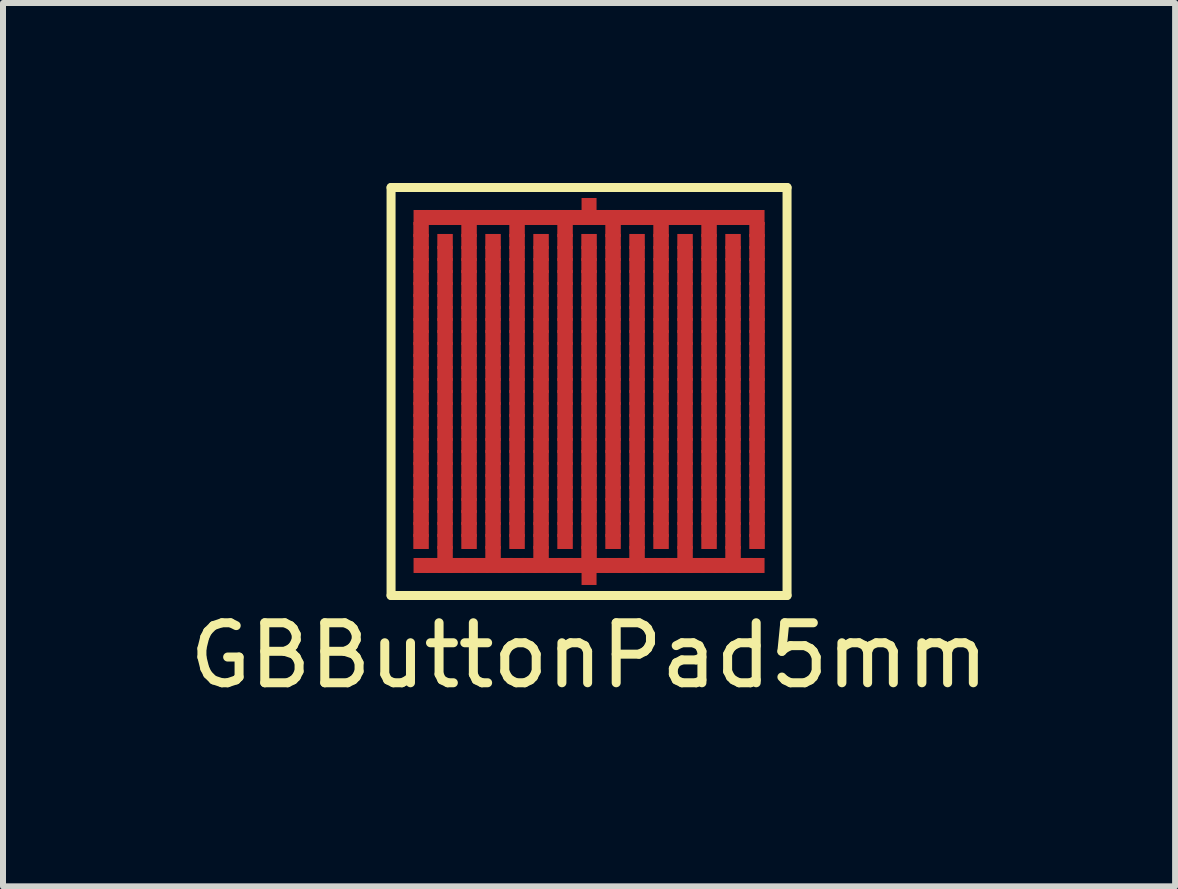
<source format=kicad_pcb>
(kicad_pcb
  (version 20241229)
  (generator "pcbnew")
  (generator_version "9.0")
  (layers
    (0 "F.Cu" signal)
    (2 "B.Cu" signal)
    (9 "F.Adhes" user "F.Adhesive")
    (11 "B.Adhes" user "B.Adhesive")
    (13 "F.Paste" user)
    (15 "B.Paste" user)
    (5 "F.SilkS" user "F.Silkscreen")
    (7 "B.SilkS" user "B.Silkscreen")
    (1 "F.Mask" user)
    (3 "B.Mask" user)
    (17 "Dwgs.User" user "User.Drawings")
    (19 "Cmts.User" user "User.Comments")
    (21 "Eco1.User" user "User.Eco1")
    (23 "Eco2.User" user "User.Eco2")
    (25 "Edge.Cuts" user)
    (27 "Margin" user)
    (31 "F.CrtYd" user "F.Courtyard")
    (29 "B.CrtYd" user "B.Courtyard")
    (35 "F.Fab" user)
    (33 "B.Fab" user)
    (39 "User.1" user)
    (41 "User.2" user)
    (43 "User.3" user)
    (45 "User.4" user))
  (footprint "GBButtonPad5mm"
    (layer "F.Cu")
    (at 6.768 3.175)
    (property "Reference" "GBButtonPad5mm" (at 0 4.7 0) (layer "F.SilkS") (effects (font (size 1 1) (thickness 0.15))))
    (attr through_hole)
    (fp_line (start -3.3 -3.1) (end -3.1 -3.1) (stroke (width 0.15) (type solid)) (layer "F.SilkS"))
    (fp_line (start -3.3 3.7) (end -3.3 -3.1) (stroke (width 0.15) (type solid)) (layer "F.SilkS"))
    (fp_line (start -3.2 -3.1) (end 3.3 -3.1) (stroke (width 0.15) (type solid)) (layer "F.SilkS"))
    (fp_line (start -3.2 3.7) (end -3.3 3.7) (stroke (width 0.15) (type solid)) (layer "F.SilkS"))
    (fp_line (start 3.3 -3.1) (end 3.3 3.7) (stroke (width 0.15) (type solid)) (layer "F.SilkS"))
    (fp_line (start 3.3 3.7) (end -3.2 3.7) (stroke (width 0.15) (type solid)) (layer "F.SilkS"))
    (pad "1" smd rect (at 0 -2.8) (size 0.25 0.25) (layers "F.Cu" "F.Mask" "F.Paste"))
    (pad "2" smd rect (at 0 3.4) (size 0.25 0.25) (layers "F.Cu" "F.Mask" "F.Paste"))
    (pad "4" smd rect (at 0 -2.6) (size 0.25 0.25) (layers "F.Cu" "F.Mask" "F.Paste"))
    (pad "5" smd rect (at 0.2 -2.6) (size 0.25 0.25) (layers "F.Cu" "F.Mask" "F.Paste"))
    (pad "6" smd rect (at 0.4 -2.6) (size 0.25 0.25) (layers "F.Cu" "F.Mask" "F.Paste"))
    (pad "7" smd rect (at 0.6 -2.6) (size 0.25 0.25) (layers "F.Cu" "F.Mask" "F.Paste"))
    (pad "8" smd rect (at 0.8 -2.6) (size 0.25 0.25) (layers "F.Cu" "F.Mask" "F.Paste"))
    (pad "9" smd rect (at 1 -2.6) (size 0.25 0.25) (layers "F.Cu" "F.Mask" "F.Paste"))
    (pad "10" smd rect (at 1.2 -2.6) (size 0.25 0.25) (layers "F.Cu" "F.Mask" "F.Paste"))
    (pad "11" smd rect (at 1.4 -2.6) (size 0.25 0.25) (layers "F.Cu" "F.Mask" "F.Paste"))
    (pad "12" smd rect (at 1.6 -2.6) (size 0.25 0.25) (layers "F.Cu" "F.Mask" "F.Paste"))
    (pad "13" smd rect (at 1.8 -2.6) (size 0.25 0.25) (layers "F.Cu" "F.Mask" "F.Paste"))
    (pad "14" smd rect (at 2 -2.6) (size 0.25 0.25) (layers "F.Cu" "F.Mask" "F.Paste"))
    (pad "15" smd rect (at 2.2 -2.6) (size 0.25 0.25) (layers "F.Cu" "F.Mask" "F.Paste"))
    (pad "16" smd rect (at 2.4 -2.6) (size 0.25 0.25) (layers "F.Cu" "F.Mask" "F.Paste"))
    (pad "17" smd rect (at 2.6 -2.6) (size 0.25 0.25) (layers "F.Cu" "F.Mask" "F.Paste"))
    (pad "18" smd rect (at 2.8 -2.6) (size 0.25 0.25) (layers "F.Cu" "F.Mask" "F.Paste"))
    (pad "40" smd rect (at -0.2 -2.6) (size 0.25 0.25) (layers "F.Cu" "F.Mask" "F.Paste"))
    (pad "41" smd rect (at -0.4 -2.6) (size 0.25 0.25) (layers "F.Cu" "F.Mask" "F.Paste"))
    (pad "42" smd rect (at -0.6 -2.6) (size 0.25 0.25) (layers "F.Cu" "F.Mask" "F.Paste"))
    (pad "43" smd rect (at -0.8 -2.6) (size 0.25 0.25) (layers "F.Cu" "F.Mask" "F.Paste"))
    (pad "46" smd rect (at -1 -2.6) (size 0.25 0.25) (layers "F.Cu" "F.Mask" "F.Paste"))
    (pad "48" smd rect (at -1.2 -2.6) (size 0.25 0.25) (layers "F.Cu" "F.Mask" "F.Paste"))
    (pad "49" smd rect (at -1.4 -2.6) (size 0.25 0.25) (layers "F.Cu" "F.Mask" "F.Paste"))
    (pad "51" smd rect (at -1.6 -2.6) (size 0.25 0.25) (layers "F.Cu" "F.Mask" "F.Paste"))
    (pad "53" smd rect (at -1.8 -2.6) (size 0.25 0.25) (layers "F.Cu" "F.Mask" "F.Paste"))
    (pad "54" smd rect (at -2 -2.6) (size 0.25 0.25) (layers "F.Cu" "F.Mask" "F.Paste"))
    (pad "55" smd rect (at -2.2 -2.6) (size 0.25 0.25) (layers "F.Cu" "F.Mask" "F.Paste"))
    (pad "56" smd rect (at -2.4 -2.6) (size 0.25 0.25) (layers "F.Cu" "F.Mask" "F.Paste"))
    (pad "57" smd rect (at -2.6 -2.6) (size 0.25 0.25) (layers "F.Cu" "F.Mask" "F.Paste"))
    (pad "58" smd rect (at -2.8 -2.6) (size 0.25 0.25) (layers "F.Cu" "F.Mask" "F.Paste"))
    (pad "68" smd rect (at -2.8 -2.4) (size 0.25 0.25) (layers "F.Cu" "F.Mask" "F.Paste"))
    (pad "68" smd rect (at -2.8 -2.4) (size 0.25 0.25) (layers "F.Cu" "F.Mask" "F.Paste"))
    (pad "68" smd rect (at -2.4 -2.2) (size 0.25 0.25) (layers "F.Cu" "F.Mask" "F.Paste"))
    (pad "68" smd rect (at -2.4 -2.2) (size 0.25 0.25) (layers "F.Cu" "F.Mask" "F.Paste"))
    (pad "68" smd rect (at -2 -2.4) (size 0.25 0.25) (layers "F.Cu" "F.Mask" "F.Paste"))
    (pad "68" smd rect (at -2 -2.4) (size 0.25 0.25) (layers "F.Cu" "F.Mask" "F.Paste"))
    (pad "68" smd rect (at -1.6 -2.2) (size 0.25 0.25) (layers "F.Cu" "F.Mask" "F.Paste"))
    (pad "68" smd rect (at -1.6 -2.2) (size 0.25 0.25) (layers "F.Cu" "F.Mask" "F.Paste"))
    (pad "68" smd rect (at -1.2 -2.4) (size 0.25 0.25) (layers "F.Cu" "F.Mask" "F.Paste"))
    (pad "68" smd rect (at -1.2 -2.4) (size 0.25 0.25) (layers "F.Cu" "F.Mask" "F.Paste"))
    (pad "68" smd rect (at -0.8 -2.2) (size 0.25 0.25) (layers "F.Cu" "F.Mask" "F.Paste"))
    (pad "68" smd rect (at -0.8 -2.2) (size 0.25 0.25) (layers "F.Cu" "F.Mask" "F.Paste"))
    (pad "68" smd rect (at -0.4 -2.4) (size 0.25 0.25) (layers "F.Cu" "F.Mask" "F.Paste"))
    (pad "68" smd rect (at -0.4 -2.4) (size 0.25 0.25) (layers "F.Cu" "F.Mask" "F.Paste"))
    (pad "68" smd rect (at 0 -2.2) (size 0.25 0.25) (layers "F.Cu" "F.Mask" "F.Paste"))
    (pad "68" smd rect (at 0 -2.2) (size 0.25 0.25) (layers "F.Cu" "F.Mask" "F.Paste"))
    (pad "68" smd rect (at 0.4 -2.4) (size 0.25 0.25) (layers "F.Cu" "F.Mask" "F.Paste"))
    (pad "68" smd rect (at 0.4 -2.4) (size 0.25 0.25) (layers "F.Cu" "F.Mask" "F.Paste"))
    (pad "68" smd rect (at 0.8 -2.2) (size 0.25 0.25) (layers "F.Cu" "F.Mask" "F.Paste"))
    (pad "68" smd rect (at 0.8 -2.2) (size 0.25 0.25) (layers "F.Cu" "F.Mask" "F.Paste"))
    (pad "68" smd rect (at 1.2 -2.4) (size 0.25 0.25) (layers "F.Cu" "F.Mask" "F.Paste"))
    (pad "68" smd rect (at 1.2 -2.4) (size 0.25 0.25) (layers "F.Cu" "F.Mask" "F.Paste"))
    (pad "68" smd rect (at 1.6 -2.2) (size 0.25 0.25) (layers "F.Cu" "F.Mask" "F.Paste"))
    (pad "68" smd rect (at 1.6 -2.2) (size 0.25 0.25) (layers "F.Cu" "F.Mask" "F.Paste"))
    (pad "68" smd rect (at 2 -2.4) (size 0.25 0.25) (layers "F.Cu" "F.Mask" "F.Paste"))
    (pad "68" smd rect (at 2 -2.4) (size 0.25 0.25) (layers "F.Cu" "F.Mask" "F.Paste"))
    (pad "68" smd rect (at 2.4 -2.2) (size 0.25 0.25) (layers "F.Cu" "F.Mask" "F.Paste"))
    (pad "68" smd rect (at 2.4 -2.2) (size 0.25 0.25) (layers "F.Cu" "F.Mask" "F.Paste"))
    (pad "68" smd rect (at 2.8 -2.4) (size 0.25 0.25) (layers "F.Cu" "F.Mask" "F.Paste"))
    (pad "68" smd rect (at 2.8 -2.4) (size 0.25 0.25) (layers "F.Cu" "F.Mask" "F.Paste"))
    (pad "69" smd rect (at -2.8 -2.2) (size 0.25 0.25) (layers "F.Cu" "F.Mask" "F.Paste"))
    (pad "69" smd rect (at -2.8 -2.2) (size 0.25 0.25) (layers "F.Cu" "F.Mask" "F.Paste"))
    (pad "69" smd rect (at -2.4 -2) (size 0.25 0.25) (layers "F.Cu" "F.Mask" "F.Paste"))
    (pad "69" smd rect (at -2.4 -2) (size 0.25 0.25) (layers "F.Cu" "F.Mask" "F.Paste"))
    (pad "69" smd rect (at -2 -2.2) (size 0.25 0.25) (layers "F.Cu" "F.Mask" "F.Paste"))
    (pad "69" smd rect (at -2 -2.2) (size 0.25 0.25) (layers "F.Cu" "F.Mask" "F.Paste"))
    (pad "69" smd rect (at -1.6 -2) (size 0.25 0.25) (layers "F.Cu" "F.Mask" "F.Paste"))
    (pad "69" smd rect (at -1.6 -2) (size 0.25 0.25) (layers "F.Cu" "F.Mask" "F.Paste"))
    (pad "69" smd rect (at -1.2 -2.2) (size 0.25 0.25) (layers "F.Cu" "F.Mask" "F.Paste"))
    (pad "69" smd rect (at -1.2 -2.2) (size 0.25 0.25) (layers "F.Cu" "F.Mask" "F.Paste"))
    (pad "69" smd rect (at -0.8 -2) (size 0.25 0.25) (layers "F.Cu" "F.Mask" "F.Paste"))
    (pad "69" smd rect (at -0.8 -2) (size 0.25 0.25) (layers "F.Cu" "F.Mask" "F.Paste"))
    (pad "69" smd rect (at -0.4 -2.2) (size 0.25 0.25) (layers "F.Cu" "F.Mask" "F.Paste"))
    (pad "69" smd rect (at -0.4 -2.2) (size 0.25 0.25) (layers "F.Cu" "F.Mask" "F.Paste"))
    (pad "69" smd rect (at 0 -2) (size 0.25 0.25) (layers "F.Cu" "F.Mask" "F.Paste"))
    (pad "69" smd rect (at 0 -2) (size 0.25 0.25) (layers "F.Cu" "F.Mask" "F.Paste"))
    (pad "69" smd rect (at 0.4 -2.2) (size 0.25 0.25) (layers "F.Cu" "F.Mask" "F.Paste"))
    (pad "69" smd rect (at 0.4 -2.2) (size 0.25 0.25) (layers "F.Cu" "F.Mask" "F.Paste"))
    (pad "69" smd rect (at 0.8 -2) (size 0.25 0.25) (layers "F.Cu" "F.Mask" "F.Paste"))
    (pad "69" smd rect (at 0.8 -2) (size 0.25 0.25) (layers "F.Cu" "F.Mask" "F.Paste"))
    (pad "69" smd rect (at 1.2 -2.2) (size 0.25 0.25) (layers "F.Cu" "F.Mask" "F.Paste"))
    (pad "69" smd rect (at 1.2 -2.2) (size 0.25 0.25) (layers "F.Cu" "F.Mask" "F.Paste"))
    (pad "69" smd rect (at 1.6 -2) (size 0.25 0.25) (layers "F.Cu" "F.Mask" "F.Paste"))
    (pad "69" smd rect (at 1.6 -2) (size 0.25 0.25) (layers "F.Cu" "F.Mask" "F.Paste"))
    (pad "69" smd rect (at 2 -2.2) (size 0.25 0.25) (layers "F.Cu" "F.Mask" "F.Paste"))
    (pad "69" smd rect (at 2 -2.2) (size 0.25 0.25) (layers "F.Cu" "F.Mask" "F.Paste"))
    (pad "69" smd rect (at 2.4 -2) (size 0.25 0.25) (layers "F.Cu" "F.Mask" "F.Paste"))
    (pad "69" smd rect (at 2.4 -2) (size 0.25 0.25) (layers "F.Cu" "F.Mask" "F.Paste"))
    (pad "69" smd rect (at 2.8 -2.2) (size 0.25 0.25) (layers "F.Cu" "F.Mask" "F.Paste"))
    (pad "69" smd rect (at 2.8 -2.2) (size 0.25 0.25) (layers "F.Cu" "F.Mask" "F.Paste"))
    (pad "70" smd rect (at -2.8 -2) (size 0.25 0.25) (layers "F.Cu" "F.Mask" "F.Paste"))
    (pad "70" smd rect (at -2.8 -2) (size 0.25 0.25) (layers "F.Cu" "F.Mask" "F.Paste"))
    (pad "70" smd rect (at -2.4 -1.8) (size 0.25 0.25) (layers "F.Cu" "F.Mask" "F.Paste"))
    (pad "70" smd rect (at -2.4 -1.8) (size 0.25 0.25) (layers "F.Cu" "F.Mask" "F.Paste"))
    (pad "70" smd rect (at -2 -2) (size 0.25 0.25) (layers "F.Cu" "F.Mask" "F.Paste"))
    (pad "70" smd rect (at -2 -2) (size 0.25 0.25) (layers "F.Cu" "F.Mask" "F.Paste"))
    (pad "70" smd rect (at -1.6 -1.8) (size 0.25 0.25) (layers "F.Cu" "F.Mask" "F.Paste"))
    (pad "70" smd rect (at -1.6 -1.8) (size 0.25 0.25) (layers "F.Cu" "F.Mask" "F.Paste"))
    (pad "70" smd rect (at -1.2 -2) (size 0.25 0.25) (layers "F.Cu" "F.Mask" "F.Paste"))
    (pad "70" smd rect (at -1.2 -2) (size 0.25 0.25) (layers "F.Cu" "F.Mask" "F.Paste"))
    (pad "70" smd rect (at -0.8 -1.8) (size 0.25 0.25) (layers "F.Cu" "F.Mask" "F.Paste"))
    (pad "70" smd rect (at -0.8 -1.8) (size 0.25 0.25) (layers "F.Cu" "F.Mask" "F.Paste"))
    (pad "70" smd rect (at -0.4 -2) (size 0.25 0.25) (layers "F.Cu" "F.Mask" "F.Paste"))
    (pad "70" smd rect (at -0.4 -2) (size 0.25 0.25) (layers "F.Cu" "F.Mask" "F.Paste"))
    (pad "70" smd rect (at 0 -1.8) (size 0.25 0.25) (layers "F.Cu" "F.Mask" "F.Paste"))
    (pad "70" smd rect (at 0 -1.8) (size 0.25 0.25) (layers "F.Cu" "F.Mask" "F.Paste"))
    (pad "70" smd rect (at 0.4 -2) (size 0.25 0.25) (layers "F.Cu" "F.Mask" "F.Paste"))
    (pad "70" smd rect (at 0.4 -2) (size 0.25 0.25) (layers "F.Cu" "F.Mask" "F.Paste"))
    (pad "70" smd rect (at 0.8 -1.8) (size 0.25 0.25) (layers "F.Cu" "F.Mask" "F.Paste"))
    (pad "70" smd rect (at 0.8 -1.8) (size 0.25 0.25) (layers "F.Cu" "F.Mask" "F.Paste"))
    (pad "70" smd rect (at 1.2 -2) (size 0.25 0.25) (layers "F.Cu" "F.Mask" "F.Paste"))
    (pad "70" smd rect (at 1.2 -2) (size 0.25 0.25) (layers "F.Cu" "F.Mask" "F.Paste"))
    (pad "70" smd rect (at 1.6 -1.8) (size 0.25 0.25) (layers "F.Cu" "F.Mask" "F.Paste"))
    (pad "70" smd rect (at 1.6 -1.8) (size 0.25 0.25) (layers "F.Cu" "F.Mask" "F.Paste"))
    (pad "70" smd rect (at 2 -2) (size 0.25 0.25) (layers "F.Cu" "F.Mask" "F.Paste"))
    (pad "70" smd rect (at 2 -2) (size 0.25 0.25) (layers "F.Cu" "F.Mask" "F.Paste"))
    (pad "70" smd rect (at 2.4 -1.8) (size 0.25 0.25) (layers "F.Cu" "F.Mask" "F.Paste"))
    (pad "70" smd rect (at 2.4 -1.8) (size 0.25 0.25) (layers "F.Cu" "F.Mask" "F.Paste"))
    (pad "70" smd rect (at 2.8 -2) (size 0.25 0.25) (layers "F.Cu" "F.Mask" "F.Paste"))
    (pad "70" smd rect (at 2.8 -2) (size 0.25 0.25) (layers "F.Cu" "F.Mask" "F.Paste"))
    (pad "72" smd rect (at -2.8 -1.8) (size 0.25 0.25) (layers "F.Cu" "F.Mask" "F.Paste"))
    (pad "72" smd rect (at -2.8 -1.8) (size 0.25 0.25) (layers "F.Cu" "F.Mask" "F.Paste"))
    (pad "72" smd rect (at -2.4 -1.6) (size 0.25 0.25) (layers "F.Cu" "F.Mask" "F.Paste"))
    (pad "72" smd rect (at -2.4 -1.6) (size 0.25 0.25) (layers "F.Cu" "F.Mask" "F.Paste"))
    (pad "72" smd rect (at -2 -1.8) (size 0.25 0.25) (layers "F.Cu" "F.Mask" "F.Paste"))
    (pad "72" smd rect (at -2 -1.8) (size 0.25 0.25) (layers "F.Cu" "F.Mask" "F.Paste"))
    (pad "72" smd rect (at -1.6 -1.6) (size 0.25 0.25) (layers "F.Cu" "F.Mask" "F.Paste"))
    (pad "72" smd rect (at -1.6 -1.6) (size 0.25 0.25) (layers "F.Cu" "F.Mask" "F.Paste"))
    (pad "72" smd rect (at -1.2 -1.8) (size 0.25 0.25) (layers "F.Cu" "F.Mask" "F.Paste"))
    (pad "72" smd rect (at -1.2 -1.8) (size 0.25 0.25) (layers "F.Cu" "F.Mask" "F.Paste"))
    (pad "72" smd rect (at -0.8 -1.6) (size 0.25 0.25) (layers "F.Cu" "F.Mask" "F.Paste"))
    (pad "72" smd rect (at -0.8 -1.6) (size 0.25 0.25) (layers "F.Cu" "F.Mask" "F.Paste"))
    (pad "72" smd rect (at -0.4 -1.8) (size 0.25 0.25) (layers "F.Cu" "F.Mask" "F.Paste"))
    (pad "72" smd rect (at -0.4 -1.8) (size 0.25 0.25) (layers "F.Cu" "F.Mask" "F.Paste"))
    (pad "72" smd rect (at 0 -1.6) (size 0.25 0.25) (layers "F.Cu" "F.Mask" "F.Paste"))
    (pad "72" smd rect (at 0 -1.6) (size 0.25 0.25) (layers "F.Cu" "F.Mask" "F.Paste"))
    (pad "72" smd rect (at 0.4 -1.8) (size 0.25 0.25) (layers "F.Cu" "F.Mask" "F.Paste"))
    (pad "72" smd rect (at 0.4 -1.8) (size 0.25 0.25) (layers "F.Cu" "F.Mask" "F.Paste"))
    (pad "72" smd rect (at 0.8 -1.6) (size 0.25 0.25) (layers "F.Cu" "F.Mask" "F.Paste"))
    (pad "72" smd rect (at 0.8 -1.6) (size 0.25 0.25) (layers "F.Cu" "F.Mask" "F.Paste"))
    (pad "72" smd rect (at 1.2 -1.8) (size 0.25 0.25) (layers "F.Cu" "F.Mask" "F.Paste"))
    (pad "72" smd rect (at 1.2 -1.8) (size 0.25 0.25) (layers "F.Cu" "F.Mask" "F.Paste"))
    (pad "72" smd rect (at 1.6 -1.6) (size 0.25 0.25) (layers "F.Cu" "F.Mask" "F.Paste"))
    (pad "72" smd rect (at 1.6 -1.6) (size 0.25 0.25) (layers "F.Cu" "F.Mask" "F.Paste"))
    (pad "72" smd rect (at 2 -1.8) (size 0.25 0.25) (layers "F.Cu" "F.Mask" "F.Paste"))
    (pad "72" smd rect (at 2 -1.8) (size 0.25 0.25) (layers "F.Cu" "F.Mask" "F.Paste"))
    (pad "72" smd rect (at 2.4 -1.6) (size 0.25 0.25) (layers "F.Cu" "F.Mask" "F.Paste"))
    (pad "72" smd rect (at 2.4 -1.6) (size 0.25 0.25) (layers "F.Cu" "F.Mask" "F.Paste"))
    (pad "72" smd rect (at 2.8 -1.8) (size 0.25 0.25) (layers "F.Cu" "F.Mask" "F.Paste"))
    (pad "72" smd rect (at 2.8 -1.8) (size 0.25 0.25) (layers "F.Cu" "F.Mask" "F.Paste"))
    (pad "73" smd rect (at -2.8 -1.6) (size 0.25 0.25) (layers "F.Cu" "F.Mask" "F.Paste"))
    (pad "73" smd rect (at -2.8 -1.6) (size 0.25 0.25) (layers "F.Cu" "F.Mask" "F.Paste"))
    (pad "73" smd rect (at -2.4 -1.4) (size 0.25 0.25) (layers "F.Cu" "F.Mask" "F.Paste"))
    (pad "73" smd rect (at -2.4 -1.4) (size 0.25 0.25) (layers "F.Cu" "F.Mask" "F.Paste"))
    (pad "73" smd rect (at -2 -1.6) (size 0.25 0.25) (layers "F.Cu" "F.Mask" "F.Paste"))
    (pad "73" smd rect (at -2 -1.6) (size 0.25 0.25) (layers "F.Cu" "F.Mask" "F.Paste"))
    (pad "73" smd rect (at -1.6 -1.4) (size 0.25 0.25) (layers "F.Cu" "F.Mask" "F.Paste"))
    (pad "73" smd rect (at -1.6 -1.4) (size 0.25 0.25) (layers "F.Cu" "F.Mask" "F.Paste"))
    (pad "73" smd rect (at -1.2 -1.6) (size 0.25 0.25) (layers "F.Cu" "F.Mask" "F.Paste"))
    (pad "73" smd rect (at -1.2 -1.6) (size 0.25 0.25) (layers "F.Cu" "F.Mask" "F.Paste"))
    (pad "73" smd rect (at -0.8 -1.4) (size 0.25 0.25) (layers "F.Cu" "F.Mask" "F.Paste"))
    (pad "73" smd rect (at -0.8 -1.4) (size 0.25 0.25) (layers "F.Cu" "F.Mask" "F.Paste"))
    (pad "73" smd rect (at -0.4 -1.6) (size 0.25 0.25) (layers "F.Cu" "F.Mask" "F.Paste"))
    (pad "73" smd rect (at -0.4 -1.6) (size 0.25 0.25) (layers "F.Cu" "F.Mask" "F.Paste"))
    (pad "73" smd rect (at 0 -1.4) (size 0.25 0.25) (layers "F.Cu" "F.Mask" "F.Paste"))
    (pad "73" smd rect (at 0 -1.4) (size 0.25 0.25) (layers "F.Cu" "F.Mask" "F.Paste"))
    (pad "73" smd rect (at 0.4 -1.6) (size 0.25 0.25) (layers "F.Cu" "F.Mask" "F.Paste"))
    (pad "73" smd rect (at 0.4 -1.6) (size 0.25 0.25) (layers "F.Cu" "F.Mask" "F.Paste"))
    (pad "73" smd rect (at 0.8 -1.4) (size 0.25 0.25) (layers "F.Cu" "F.Mask" "F.Paste"))
    (pad "73" smd rect (at 0.8 -1.4) (size 0.25 0.25) (layers "F.Cu" "F.Mask" "F.Paste"))
    (pad "73" smd rect (at 1.2 -1.6) (size 0.25 0.25) (layers "F.Cu" "F.Mask" "F.Paste"))
    (pad "73" smd rect (at 1.2 -1.6) (size 0.25 0.25) (layers "F.Cu" "F.Mask" "F.Paste"))
    (pad "73" smd rect (at 1.6 -1.4) (size 0.25 0.25) (layers "F.Cu" "F.Mask" "F.Paste"))
    (pad "73" smd rect (at 1.6 -1.4) (size 0.25 0.25) (layers "F.Cu" "F.Mask" "F.Paste"))
    (pad "73" smd rect (at 2 -1.6) (size 0.25 0.25) (layers "F.Cu" "F.Mask" "F.Paste"))
    (pad "73" smd rect (at 2 -1.6) (size 0.25 0.25) (layers "F.Cu" "F.Mask" "F.Paste"))
    (pad "73" smd rect (at 2.4 -1.4) (size 0.25 0.25) (layers "F.Cu" "F.Mask" "F.Paste"))
    (pad "73" smd rect (at 2.4 -1.4) (size 0.25 0.25) (layers "F.Cu" "F.Mask" "F.Paste"))
    (pad "73" smd rect (at 2.8 -1.6) (size 0.25 0.25) (layers "F.Cu" "F.Mask" "F.Paste"))
    (pad "73" smd rect (at 2.8 -1.6) (size 0.25 0.25) (layers "F.Cu" "F.Mask" "F.Paste"))
    (pad "74" smd rect (at -2.8 -1.4) (size 0.25 0.25) (layers "F.Cu" "F.Mask" "F.Paste"))
    (pad "74" smd rect (at -2.8 -1.4) (size 0.25 0.25) (layers "F.Cu" "F.Mask" "F.Paste"))
    (pad "74" smd rect (at -2.4 -1.2) (size 0.25 0.25) (layers "F.Cu" "F.Mask" "F.Paste"))
    (pad "74" smd rect (at -2.4 -1.2) (size 0.25 0.25) (layers "F.Cu" "F.Mask" "F.Paste"))
    (pad "74" smd rect (at -2 -1.4) (size 0.25 0.25) (layers "F.Cu" "F.Mask" "F.Paste"))
    (pad "74" smd rect (at -2 -1.4) (size 0.25 0.25) (layers "F.Cu" "F.Mask" "F.Paste"))
    (pad "74" smd rect (at -1.6 -1.2) (size 0.25 0.25) (layers "F.Cu" "F.Mask" "F.Paste"))
    (pad "74" smd rect (at -1.6 -1.2) (size 0.25 0.25) (layers "F.Cu" "F.Mask" "F.Paste"))
    (pad "74" smd rect (at -1.2 -1.4) (size 0.25 0.25) (layers "F.Cu" "F.Mask" "F.Paste"))
    (pad "74" smd rect (at -1.2 -1.4) (size 0.25 0.25) (layers "F.Cu" "F.Mask" "F.Paste"))
    (pad "74" smd rect (at -0.8 -1.2) (size 0.25 0.25) (layers "F.Cu" "F.Mask" "F.Paste"))
    (pad "74" smd rect (at -0.8 -1.2) (size 0.25 0.25) (layers "F.Cu" "F.Mask" "F.Paste"))
    (pad "74" smd rect (at -0.4 -1.4) (size 0.25 0.25) (layers "F.Cu" "F.Mask" "F.Paste"))
    (pad "74" smd rect (at -0.4 -1.4) (size 0.25 0.25) (layers "F.Cu" "F.Mask" "F.Paste"))
    (pad "74" smd rect (at 0 -1.2) (size 0.25 0.25) (layers "F.Cu" "F.Mask" "F.Paste"))
    (pad "74" smd rect (at 0 -1.2) (size 0.25 0.25) (layers "F.Cu" "F.Mask" "F.Paste"))
    (pad "74" smd rect (at 0.4 -1.4) (size 0.25 0.25) (layers "F.Cu" "F.Mask" "F.Paste"))
    (pad "74" smd rect (at 0.4 -1.4) (size 0.25 0.25) (layers "F.Cu" "F.Mask" "F.Paste"))
    (pad "74" smd rect (at 0.8 -1.2) (size 0.25 0.25) (layers "F.Cu" "F.Mask" "F.Paste"))
    (pad "74" smd rect (at 0.8 -1.2) (size 0.25 0.25) (layers "F.Cu" "F.Mask" "F.Paste"))
    (pad "74" smd rect (at 1.2 -1.4) (size 0.25 0.25) (layers "F.Cu" "F.Mask" "F.Paste"))
    (pad "74" smd rect (at 1.2 -1.4) (size 0.25 0.25) (layers "F.Cu" "F.Mask" "F.Paste"))
    (pad "74" smd rect (at 1.6 -1.2) (size 0.25 0.25) (layers "F.Cu" "F.Mask" "F.Paste"))
    (pad "74" smd rect (at 1.6 -1.2) (size 0.25 0.25) (layers "F.Cu" "F.Mask" "F.Paste"))
    (pad "74" smd rect (at 2 -1.4) (size 0.25 0.25) (layers "F.Cu" "F.Mask" "F.Paste"))
    (pad "74" smd rect (at 2 -1.4) (size 0.25 0.25) (layers "F.Cu" "F.Mask" "F.Paste"))
    (pad "74" smd rect (at 2.4 -1.2) (size 0.25 0.25) (layers "F.Cu" "F.Mask" "F.Paste"))
    (pad "74" smd rect (at 2.4 -1.2) (size 0.25 0.25) (layers "F.Cu" "F.Mask" "F.Paste"))
    (pad "74" smd rect (at 2.8 -1.4) (size 0.25 0.25) (layers "F.Cu" "F.Mask" "F.Paste"))
    (pad "74" smd rect (at 2.8 -1.4) (size 0.25 0.25) (layers "F.Cu" "F.Mask" "F.Paste"))
    (pad "76" smd rect (at -2.8 -1.2) (size 0.25 0.25) (layers "F.Cu" "F.Mask" "F.Paste"))
    (pad "76" smd rect (at -2.8 -1.2) (size 0.25 0.25) (layers "F.Cu" "F.Mask" "F.Paste"))
    (pad "76" smd rect (at -2.4 -1) (size 0.25 0.25) (layers "F.Cu" "F.Mask" "F.Paste"))
    (pad "76" smd rect (at -2.4 -1) (size 0.25 0.25) (layers "F.Cu" "F.Mask" "F.Paste"))
    (pad "76" smd rect (at -2 -1.2) (size 0.25 0.25) (layers "F.Cu" "F.Mask" "F.Paste"))
    (pad "76" smd rect (at -2 -1.2) (size 0.25 0.25) (layers "F.Cu" "F.Mask" "F.Paste"))
    (pad "76" smd rect (at -1.6 -1) (size 0.25 0.25) (layers "F.Cu" "F.Mask" "F.Paste"))
    (pad "76" smd rect (at -1.6 -1) (size 0.25 0.25) (layers "F.Cu" "F.Mask" "F.Paste"))
    (pad "76" smd rect (at -1.2 -1.2) (size 0.25 0.25) (layers "F.Cu" "F.Mask" "F.Paste"))
    (pad "76" smd rect (at -1.2 -1.2) (size 0.25 0.25) (layers "F.Cu" "F.Mask" "F.Paste"))
    (pad "76" smd rect (at -0.8 -1) (size 0.25 0.25) (layers "F.Cu" "F.Mask" "F.Paste"))
    (pad "76" smd rect (at -0.8 -1) (size 0.25 0.25) (layers "F.Cu" "F.Mask" "F.Paste"))
    (pad "76" smd rect (at -0.4 -1.2) (size 0.25 0.25) (layers "F.Cu" "F.Mask" "F.Paste"))
    (pad "76" smd rect (at -0.4 -1.2) (size 0.25 0.25) (layers "F.Cu" "F.Mask" "F.Paste"))
    (pad "76" smd rect (at 0 -1) (size 0.25 0.25) (layers "F.Cu" "F.Mask" "F.Paste"))
    (pad "76" smd rect (at 0 -1) (size 0.25 0.25) (layers "F.Cu" "F.Mask" "F.Paste"))
    (pad "76" smd rect (at 0.4 -1.2) (size 0.25 0.25) (layers "F.Cu" "F.Mask" "F.Paste"))
    (pad "76" smd rect (at 0.4 -1.2) (size 0.25 0.25) (layers "F.Cu" "F.Mask" "F.Paste"))
    (pad "76" smd rect (at 0.8 -1) (size 0.25 0.25) (layers "F.Cu" "F.Mask" "F.Paste"))
    (pad "76" smd rect (at 0.8 -1) (size 0.25 0.25) (layers "F.Cu" "F.Mask" "F.Paste"))
    (pad "76" smd rect (at 1.2 -1.2) (size 0.25 0.25) (layers "F.Cu" "F.Mask" "F.Paste"))
    (pad "76" smd rect (at 1.2 -1.2) (size 0.25 0.25) (layers "F.Cu" "F.Mask" "F.Paste"))
    (pad "76" smd rect (at 1.6 -1) (size 0.25 0.25) (layers "F.Cu" "F.Mask" "F.Paste"))
    (pad "76" smd rect (at 1.6 -1) (size 0.25 0.25) (layers "F.Cu" "F.Mask" "F.Paste"))
    (pad "76" smd rect (at 2 -1.2) (size 0.25 0.25) (layers "F.Cu" "F.Mask" "F.Paste"))
    (pad "76" smd rect (at 2 -1.2) (size 0.25 0.25) (layers "F.Cu" "F.Mask" "F.Paste"))
    (pad "76" smd rect (at 2.4 -1) (size 0.25 0.25) (layers "F.Cu" "F.Mask" "F.Paste"))
    (pad "76" smd rect (at 2.4 -1) (size 0.25 0.25) (layers "F.Cu" "F.Mask" "F.Paste"))
    (pad "76" smd rect (at 2.8 -1.2) (size 0.25 0.25) (layers "F.Cu" "F.Mask" "F.Paste"))
    (pad "76" smd rect (at 2.8 -1.2) (size 0.25 0.25) (layers "F.Cu" "F.Mask" "F.Paste"))
    (pad "77" smd rect (at -2.8 -1) (size 0.25 0.25) (layers "F.Cu" "F.Mask" "F.Paste"))
    (pad "77" smd rect (at -2.8 -1) (size 0.25 0.25) (layers "F.Cu" "F.Mask" "F.Paste"))
    (pad "77" smd rect (at -2.4 -0.8) (size 0.25 0.25) (layers "F.Cu" "F.Mask" "F.Paste"))
    (pad "77" smd rect (at -2.4 -0.8) (size 0.25 0.25) (layers "F.Cu" "F.Mask" "F.Paste"))
    (pad "77" smd rect (at -2 -1) (size 0.25 0.25) (layers "F.Cu" "F.Mask" "F.Paste"))
    (pad "77" smd rect (at -2 -1) (size 0.25 0.25) (layers "F.Cu" "F.Mask" "F.Paste"))
    (pad "77" smd rect (at -1.6 -0.8) (size 0.25 0.25) (layers "F.Cu" "F.Mask" "F.Paste"))
    (pad "77" smd rect (at -1.6 -0.8) (size 0.25 0.25) (layers "F.Cu" "F.Mask" "F.Paste"))
    (pad "77" smd rect (at -1.2 -1) (size 0.25 0.25) (layers "F.Cu" "F.Mask" "F.Paste"))
    (pad "77" smd rect (at -1.2 -1) (size 0.25 0.25) (layers "F.Cu" "F.Mask" "F.Paste"))
    (pad "77" smd rect (at -0.8 -0.8) (size 0.25 0.25) (layers "F.Cu" "F.Mask" "F.Paste"))
    (pad "77" smd rect (at -0.8 -0.8) (size 0.25 0.25) (layers "F.Cu" "F.Mask" "F.Paste"))
    (pad "77" smd rect (at -0.4 -1) (size 0.25 0.25) (layers "F.Cu" "F.Mask" "F.Paste"))
    (pad "77" smd rect (at -0.4 -1) (size 0.25 0.25) (layers "F.Cu" "F.Mask" "F.Paste"))
    (pad "77" smd rect (at 0 -0.8) (size 0.25 0.25) (layers "F.Cu" "F.Mask" "F.Paste"))
    (pad "77" smd rect (at 0 -0.8) (size 0.25 0.25) (layers "F.Cu" "F.Mask" "F.Paste"))
    (pad "77" smd rect (at 0.4 -1) (size 0.25 0.25) (layers "F.Cu" "F.Mask" "F.Paste"))
    (pad "77" smd rect (at 0.4 -1) (size 0.25 0.25) (layers "F.Cu" "F.Mask" "F.Paste"))
    (pad "77" smd rect (at 0.8 -0.8) (size 0.25 0.25) (layers "F.Cu" "F.Mask" "F.Paste"))
    (pad "77" smd rect (at 0.8 -0.8) (size 0.25 0.25) (layers "F.Cu" "F.Mask" "F.Paste"))
    (pad "77" smd rect (at 1.2 -1) (size 0.25 0.25) (layers "F.Cu" "F.Mask" "F.Paste"))
    (pad "77" smd rect (at 1.2 -1) (size 0.25 0.25) (layers "F.Cu" "F.Mask" "F.Paste"))
    (pad "77" smd rect (at 1.6 -0.8) (size 0.25 0.25) (layers "F.Cu" "F.Mask" "F.Paste"))
    (pad "77" smd rect (at 1.6 -0.8) (size 0.25 0.25) (layers "F.Cu" "F.Mask" "F.Paste"))
    (pad "77" smd rect (at 2 -1) (size 0.25 0.25) (layers "F.Cu" "F.Mask" "F.Paste"))
    (pad "77" smd rect (at 2 -1) (size 0.25 0.25) (layers "F.Cu" "F.Mask" "F.Paste"))
    (pad "77" smd rect (at 2.4 -0.8) (size 0.25 0.25) (layers "F.Cu" "F.Mask" "F.Paste"))
    (pad "77" smd rect (at 2.4 -0.8) (size 0.25 0.25) (layers "F.Cu" "F.Mask" "F.Paste"))
    (pad "77" smd rect (at 2.8 -1) (size 0.25 0.25) (layers "F.Cu" "F.Mask" "F.Paste"))
    (pad "77" smd rect (at 2.8 -1) (size 0.25 0.25) (layers "F.Cu" "F.Mask" "F.Paste"))
    (pad "78" smd rect (at -2.8 -0.8) (size 0.25 0.25) (layers "F.Cu" "F.Mask" "F.Paste"))
    (pad "78" smd rect (at -2.8 -0.8) (size 0.25 0.25) (layers "F.Cu" "F.Mask" "F.Paste"))
    (pad "78" smd rect (at -2.4 -0.6) (size 0.25 0.25) (layers "F.Cu" "F.Mask" "F.Paste"))
    (pad "78" smd rect (at -2.4 -0.6) (size 0.25 0.25) (layers "F.Cu" "F.Mask" "F.Paste"))
    (pad "78" smd rect (at -2 -0.8) (size 0.25 0.25) (layers "F.Cu" "F.Mask" "F.Paste"))
    (pad "78" smd rect (at -2 -0.8) (size 0.25 0.25) (layers "F.Cu" "F.Mask" "F.Paste"))
    (pad "78" smd rect (at -1.6 -0.6) (size 0.25 0.25) (layers "F.Cu" "F.Mask" "F.Paste"))
    (pad "78" smd rect (at -1.6 -0.6) (size 0.25 0.25) (layers "F.Cu" "F.Mask" "F.Paste"))
    (pad "78" smd rect (at -1.2 -0.8) (size 0.25 0.25) (layers "F.Cu" "F.Mask" "F.Paste"))
    (pad "78" smd rect (at -1.2 -0.8) (size 0.25 0.25) (layers "F.Cu" "F.Mask" "F.Paste"))
    (pad "78" smd rect (at -0.8 -0.6) (size 0.25 0.25) (layers "F.Cu" "F.Mask" "F.Paste"))
    (pad "78" smd rect (at -0.8 -0.6) (size 0.25 0.25) (layers "F.Cu" "F.Mask" "F.Paste"))
    (pad "78" smd rect (at -0.4 -0.8) (size 0.25 0.25) (layers "F.Cu" "F.Mask" "F.Paste"))
    (pad "78" smd rect (at -0.4 -0.8) (size 0.25 0.25) (layers "F.Cu" "F.Mask" "F.Paste"))
    (pad "78" smd rect (at 0 -0.6) (size 0.25 0.25) (layers "F.Cu" "F.Mask" "F.Paste"))
    (pad "78" smd rect (at 0 -0.6) (size 0.25 0.25) (layers "F.Cu" "F.Mask" "F.Paste"))
    (pad "78" smd rect (at 0.4 -0.8) (size 0.25 0.25) (layers "F.Cu" "F.Mask" "F.Paste"))
    (pad "78" smd rect (at 0.4 -0.8) (size 0.25 0.25) (layers "F.Cu" "F.Mask" "F.Paste"))
    (pad "78" smd rect (at 0.8 -0.6) (size 0.25 0.25) (layers "F.Cu" "F.Mask" "F.Paste"))
    (pad "78" smd rect (at 0.8 -0.6) (size 0.25 0.25) (layers "F.Cu" "F.Mask" "F.Paste"))
    (pad "78" smd rect (at 1.2 -0.8) (size 0.25 0.25) (layers "F.Cu" "F.Mask" "F.Paste"))
    (pad "78" smd rect (at 1.2 -0.8) (size 0.25 0.25) (layers "F.Cu" "F.Mask" "F.Paste"))
    (pad "78" smd rect (at 1.6 -0.6) (size 0.25 0.25) (layers "F.Cu" "F.Mask" "F.Paste"))
    (pad "78" smd rect (at 1.6 -0.6) (size 0.25 0.25) (layers "F.Cu" "F.Mask" "F.Paste"))
    (pad "78" smd rect (at 2 -0.8) (size 0.25 0.25) (layers "F.Cu" "F.Mask" "F.Paste"))
    (pad "78" smd rect (at 2 -0.8) (size 0.25 0.25) (layers "F.Cu" "F.Mask" "F.Paste"))
    (pad "78" smd rect (at 2.4 -0.6) (size 0.25 0.25) (layers "F.Cu" "F.Mask" "F.Paste"))
    (pad "78" smd rect (at 2.4 -0.6) (size 0.25 0.25) (layers "F.Cu" "F.Mask" "F.Paste"))
    (pad "78" smd rect (at 2.8 -0.8) (size 0.25 0.25) (layers "F.Cu" "F.Mask" "F.Paste"))
    (pad "78" smd rect (at 2.8 -0.8) (size 0.25 0.25) (layers "F.Cu" "F.Mask" "F.Paste"))
    (pad "80" smd rect (at -2.8 -0.6) (size 0.25 0.25) (layers "F.Cu" "F.Mask" "F.Paste"))
    (pad "80" smd rect (at -2.8 -0.6) (size 0.25 0.25) (layers "F.Cu" "F.Mask" "F.Paste"))
    (pad "80" smd rect (at -2.4 -0.4) (size 0.25 0.25) (layers "F.Cu" "F.Mask" "F.Paste"))
    (pad "80" smd rect (at -2.4 -0.4) (size 0.25 0.25) (layers "F.Cu" "F.Mask" "F.Paste"))
    (pad "80" smd rect (at -2 -0.6) (size 0.25 0.25) (layers "F.Cu" "F.Mask" "F.Paste"))
    (pad "80" smd rect (at -2 -0.6) (size 0.25 0.25) (layers "F.Cu" "F.Mask" "F.Paste"))
    (pad "80" smd rect (at -1.6 -0.4) (size 0.25 0.25) (layers "F.Cu" "F.Mask" "F.Paste"))
    (pad "80" smd rect (at -1.6 -0.4) (size 0.25 0.25) (layers "F.Cu" "F.Mask" "F.Paste"))
    (pad "80" smd rect (at -1.2 -0.6) (size 0.25 0.25) (layers "F.Cu" "F.Mask" "F.Paste"))
    (pad "80" smd rect (at -1.2 -0.6) (size 0.25 0.25) (layers "F.Cu" "F.Mask" "F.Paste"))
    (pad "80" smd rect (at -0.8 -0.4) (size 0.25 0.25) (layers "F.Cu" "F.Mask" "F.Paste"))
    (pad "80" smd rect (at -0.8 -0.4) (size 0.25 0.25) (layers "F.Cu" "F.Mask" "F.Paste"))
    (pad "80" smd rect (at -0.4 -0.6) (size 0.25 0.25) (layers "F.Cu" "F.Mask" "F.Paste"))
    (pad "80" smd rect (at -0.4 -0.6) (size 0.25 0.25) (layers "F.Cu" "F.Mask" "F.Paste"))
    (pad "80" smd rect (at 0 -0.4) (size 0.25 0.25) (layers "F.Cu" "F.Mask" "F.Paste"))
    (pad "80" smd rect (at 0 -0.4) (size 0.25 0.25) (layers "F.Cu" "F.Mask" "F.Paste"))
    (pad "80" smd rect (at 0.4 -0.6) (size 0.25 0.25) (layers "F.Cu" "F.Mask" "F.Paste"))
    (pad "80" smd rect (at 0.4 -0.6) (size 0.25 0.25) (layers "F.Cu" "F.Mask" "F.Paste"))
    (pad "80" smd rect (at 0.8 -0.4) (size 0.25 0.25) (layers "F.Cu" "F.Mask" "F.Paste"))
    (pad "80" smd rect (at 0.8 -0.4) (size 0.25 0.25) (layers "F.Cu" "F.Mask" "F.Paste"))
    (pad "80" smd rect (at 1.2 -0.6) (size 0.25 0.25) (layers "F.Cu" "F.Mask" "F.Paste"))
    (pad "80" smd rect (at 1.2 -0.6) (size 0.25 0.25) (layers "F.Cu" "F.Mask" "F.Paste"))
    (pad "80" smd rect (at 1.6 -0.4) (size 0.25 0.25) (layers "F.Cu" "F.Mask" "F.Paste"))
    (pad "80" smd rect (at 1.6 -0.4) (size 0.25 0.25) (layers "F.Cu" "F.Mask" "F.Paste"))
    (pad "80" smd rect (at 2 -0.6) (size 0.25 0.25) (layers "F.Cu" "F.Mask" "F.Paste"))
    (pad "80" smd rect (at 2 -0.6) (size 0.25 0.25) (layers "F.Cu" "F.Mask" "F.Paste"))
    (pad "80" smd rect (at 2.4 -0.4) (size 0.25 0.25) (layers "F.Cu" "F.Mask" "F.Paste"))
    (pad "80" smd rect (at 2.4 -0.4) (size 0.25 0.25) (layers "F.Cu" "F.Mask" "F.Paste"))
    (pad "80" smd rect (at 2.8 -0.6) (size 0.25 0.25) (layers "F.Cu" "F.Mask" "F.Paste"))
    (pad "80" smd rect (at 2.8 -0.6) (size 0.25 0.25) (layers "F.Cu" "F.Mask" "F.Paste"))
    (pad "82" smd rect (at -2.8 -0.4) (size 0.25 0.25) (layers "F.Cu" "F.Mask" "F.Paste"))
    (pad "82" smd rect (at -2.8 -0.4) (size 0.25 0.25) (layers "F.Cu" "F.Mask" "F.Paste"))
    (pad "82" smd rect (at -2.4 -0.2) (size 0.25 0.25) (layers "F.Cu" "F.Mask" "F.Paste"))
    (pad "82" smd rect (at -2.4 -0.2) (size 0.25 0.25) (layers "F.Cu" "F.Mask" "F.Paste"))
    (pad "82" smd rect (at -2 -0.4) (size 0.25 0.25) (layers "F.Cu" "F.Mask" "F.Paste"))
    (pad "82" smd rect (at -2 -0.4) (size 0.25 0.25) (layers "F.Cu" "F.Mask" "F.Paste"))
    (pad "82" smd rect (at -1.6 -0.2) (size 0.25 0.25) (layers "F.Cu" "F.Mask" "F.Paste"))
    (pad "82" smd rect (at -1.6 -0.2) (size 0.25 0.25) (layers "F.Cu" "F.Mask" "F.Paste"))
    (pad "82" smd rect (at -1.2 -0.4) (size 0.25 0.25) (layers "F.Cu" "F.Mask" "F.Paste"))
    (pad "82" smd rect (at -1.2 -0.4) (size 0.25 0.25) (layers "F.Cu" "F.Mask" "F.Paste"))
    (pad "82" smd rect (at -0.8 -0.2) (size 0.25 0.25) (layers "F.Cu" "F.Mask" "F.Paste"))
    (pad "82" smd rect (at -0.8 -0.2) (size 0.25 0.25) (layers "F.Cu" "F.Mask" "F.Paste"))
    (pad "82" smd rect (at -0.4 -0.4) (size 0.25 0.25) (layers "F.Cu" "F.Mask" "F.Paste"))
    (pad "82" smd rect (at -0.4 -0.4) (size 0.25 0.25) (layers "F.Cu" "F.Mask" "F.Paste"))
    (pad "82" smd rect (at 0 -0.2) (size 0.25 0.25) (layers "F.Cu" "F.Mask" "F.Paste"))
    (pad "82" smd rect (at 0 -0.2) (size 0.25 0.25) (layers "F.Cu" "F.Mask" "F.Paste"))
    (pad "82" smd rect (at 0.4 -0.4) (size 0.25 0.25) (layers "F.Cu" "F.Mask" "F.Paste"))
    (pad "82" smd rect (at 0.4 -0.4) (size 0.25 0.25) (layers "F.Cu" "F.Mask" "F.Paste"))
    (pad "82" smd rect (at 0.8 -0.2) (size 0.25 0.25) (layers "F.Cu" "F.Mask" "F.Paste"))
    (pad "82" smd rect (at 0.8 -0.2) (size 0.25 0.25) (layers "F.Cu" "F.Mask" "F.Paste"))
    (pad "82" smd rect (at 1.2 -0.4) (size 0.25 0.25) (layers "F.Cu" "F.Mask" "F.Paste"))
    (pad "82" smd rect (at 1.2 -0.4) (size 0.25 0.25) (layers "F.Cu" "F.Mask" "F.Paste"))
    (pad "82" smd rect (at 1.6 -0.2) (size 0.25 0.25) (layers "F.Cu" "F.Mask" "F.Paste"))
    (pad "82" smd rect (at 1.6 -0.2) (size 0.25 0.25) (layers "F.Cu" "F.Mask" "F.Paste"))
    (pad "82" smd rect (at 2 -0.4) (size 0.25 0.25) (layers "F.Cu" "F.Mask" "F.Paste"))
    (pad "82" smd rect (at 2 -0.4) (size 0.25 0.25) (layers "F.Cu" "F.Mask" "F.Paste"))
    (pad "82" smd rect (at 2.4 -0.2) (size 0.25 0.25) (layers "F.Cu" "F.Mask" "F.Paste"))
    (pad "82" smd rect (at 2.4 -0.2) (size 0.25 0.25) (layers "F.Cu" "F.Mask" "F.Paste"))
    (pad "82" smd rect (at 2.8 -0.4) (size 0.25 0.25) (layers "F.Cu" "F.Mask" "F.Paste"))
    (pad "82" smd rect (at 2.8 -0.4) (size 0.25 0.25) (layers "F.Cu" "F.Mask" "F.Paste"))
    (pad "83" smd rect (at -2.8 -0.2) (size 0.25 0.25) (layers "F.Cu" "F.Mask" "F.Paste"))
    (pad "83" smd rect (at -2.8 -0.2) (size 0.25 0.25) (layers "F.Cu" "F.Mask" "F.Paste"))
    (pad "83" smd rect (at -2.4 0) (size 0.25 0.25) (layers "F.Cu" "F.Mask" "F.Paste"))
    (pad "83" smd rect (at -2.4 0) (size 0.25 0.25) (layers "F.Cu" "F.Mask" "F.Paste"))
    (pad "83" smd rect (at -2 -0.2) (size 0.25 0.25) (layers "F.Cu" "F.Mask" "F.Paste"))
    (pad "83" smd rect (at -2 -0.2) (size 0.25 0.25) (layers "F.Cu" "F.Mask" "F.Paste"))
    (pad "83" smd rect (at -1.6 0) (size 0.25 0.25) (layers "F.Cu" "F.Mask" "F.Paste"))
    (pad "83" smd rect (at -1.6 0) (size 0.25 0.25) (layers "F.Cu" "F.Mask" "F.Paste"))
    (pad "83" smd rect (at -1.2 -0.2) (size 0.25 0.25) (layers "F.Cu" "F.Mask" "F.Paste"))
    (pad "83" smd rect (at -1.2 -0.2) (size 0.25 0.25) (layers "F.Cu" "F.Mask" "F.Paste"))
    (pad "83" smd rect (at -0.8 0) (size 0.25 0.25) (layers "F.Cu" "F.Mask" "F.Paste"))
    (pad "83" smd rect (at -0.8 0) (size 0.25 0.25) (layers "F.Cu" "F.Mask" "F.Paste"))
    (pad "83" smd rect (at -0.4 -0.2) (size 0.25 0.25) (layers "F.Cu" "F.Mask" "F.Paste"))
    (pad "83" smd rect (at -0.4 -0.2) (size 0.25 0.25) (layers "F.Cu" "F.Mask" "F.Paste"))
    (pad "83" smd rect (at 0 0) (size 0.25 0.25) (layers "F.Cu" "F.Mask" "F.Paste"))
    (pad "83" smd rect (at 0 0) (size 0.25 0.25) (layers "F.Cu" "F.Mask" "F.Paste"))
    (pad "83" smd rect (at 0.4 -0.2) (size 0.25 0.25) (layers "F.Cu" "F.Mask" "F.Paste"))
    (pad "83" smd rect (at 0.4 -0.2) (size 0.25 0.25) (layers "F.Cu" "F.Mask" "F.Paste"))
    (pad "83" smd rect (at 0.8 0) (size 0.25 0.25) (layers "F.Cu" "F.Mask" "F.Paste"))
    (pad "83" smd rect (at 0.8 0) (size 0.25 0.25) (layers "F.Cu" "F.Mask" "F.Paste"))
    (pad "83" smd rect (at 1.2 -0.2) (size 0.25 0.25) (layers "F.Cu" "F.Mask" "F.Paste"))
    (pad "83" smd rect (at 1.2 -0.2) (size 0.25 0.25) (layers "F.Cu" "F.Mask" "F.Paste"))
    (pad "83" smd rect (at 1.6 0) (size 0.25 0.25) (layers "F.Cu" "F.Mask" "F.Paste"))
    (pad "83" smd rect (at 1.6 0) (size 0.25 0.25) (layers "F.Cu" "F.Mask" "F.Paste"))
    (pad "83" smd rect (at 2 -0.2) (size 0.25 0.25) (layers "F.Cu" "F.Mask" "F.Paste"))
    (pad "83" smd rect (at 2 -0.2) (size 0.25 0.25) (layers "F.Cu" "F.Mask" "F.Paste"))
    (pad "83" smd rect (at 2.4 0) (size 0.25 0.25) (layers "F.Cu" "F.Mask" "F.Paste"))
    (pad "83" smd rect (at 2.4 0) (size 0.25 0.25) (layers "F.Cu" "F.Mask" "F.Paste"))
    (pad "83" smd rect (at 2.8 -0.2) (size 0.25 0.25) (layers "F.Cu" "F.Mask" "F.Paste"))
    (pad "83" smd rect (at 2.8 -0.2) (size 0.25 0.25) (layers "F.Cu" "F.Mask" "F.Paste"))
    (pad "84" smd rect (at -2.8 0) (size 0.25 0.25) (layers "F.Cu" "F.Mask" "F.Paste"))
    (pad "84" smd rect (at -2.8 0) (size 0.25 0.25) (layers "F.Cu" "F.Mask" "F.Paste"))
    (pad "84" smd rect (at -2.4 0.2) (size 0.25 0.25) (layers "F.Cu" "F.Mask" "F.Paste"))
    (pad "84" smd rect (at -2.4 0.2) (size 0.25 0.25) (layers "F.Cu" "F.Mask" "F.Paste"))
    (pad "84" smd rect (at -2 0) (size 0.25 0.25) (layers "F.Cu" "F.Mask" "F.Paste"))
    (pad "84" smd rect (at -2 0) (size 0.25 0.25) (layers "F.Cu" "F.Mask" "F.Paste"))
    (pad "84" smd rect (at -1.6 0.2) (size 0.25 0.25) (layers "F.Cu" "F.Mask" "F.Paste"))
    (pad "84" smd rect (at -1.6 0.2) (size 0.25 0.25) (layers "F.Cu" "F.Mask" "F.Paste"))
    (pad "84" smd rect (at -1.2 0) (size 0.25 0.25) (layers "F.Cu" "F.Mask" "F.Paste"))
    (pad "84" smd rect (at -1.2 0) (size 0.25 0.25) (layers "F.Cu" "F.Mask" "F.Paste"))
    (pad "84" smd rect (at -0.8 0.2) (size 0.25 0.25) (layers "F.Cu" "F.Mask" "F.Paste"))
    (pad "84" smd rect (at -0.8 0.2) (size 0.25 0.25) (layers "F.Cu" "F.Mask" "F.Paste"))
    (pad "84" smd rect (at -0.4 0) (size 0.25 0.25) (layers "F.Cu" "F.Mask" "F.Paste"))
    (pad "84" smd rect (at -0.4 0) (size 0.25 0.25) (layers "F.Cu" "F.Mask" "F.Paste"))
    (pad "84" smd rect (at 0 0.2) (size 0.25 0.25) (layers "F.Cu" "F.Mask" "F.Paste"))
    (pad "84" smd rect (at 0 0.2) (size 0.25 0.25) (layers "F.Cu" "F.Mask" "F.Paste"))
    (pad "84" smd rect (at 0.4 0) (size 0.25 0.25) (layers "F.Cu" "F.Mask" "F.Paste"))
    (pad "84" smd rect (at 0.4 0) (size 0.25 0.25) (layers "F.Cu" "F.Mask" "F.Paste"))
    (pad "84" smd rect (at 0.8 0.2) (size 0.25 0.25) (layers "F.Cu" "F.Mask" "F.Paste"))
    (pad "84" smd rect (at 0.8 0.2) (size 0.25 0.25) (layers "F.Cu" "F.Mask" "F.Paste"))
    (pad "84" smd rect (at 1.2 0) (size 0.25 0.25) (layers "F.Cu" "F.Mask" "F.Paste"))
    (pad "84" smd rect (at 1.2 0) (size 0.25 0.25) (layers "F.Cu" "F.Mask" "F.Paste"))
    (pad "84" smd rect (at 1.6 0.2) (size 0.25 0.25) (layers "F.Cu" "F.Mask" "F.Paste"))
    (pad "84" smd rect (at 1.6 0.2) (size 0.25 0.25) (layers "F.Cu" "F.Mask" "F.Paste"))
    (pad "84" smd rect (at 2 0) (size 0.25 0.25) (layers "F.Cu" "F.Mask" "F.Paste"))
    (pad "84" smd rect (at 2 0) (size 0.25 0.25) (layers "F.Cu" "F.Mask" "F.Paste"))
    (pad "84" smd rect (at 2.4 0.2) (size 0.25 0.25) (layers "F.Cu" "F.Mask" "F.Paste"))
    (pad "84" smd rect (at 2.4 0.2) (size 0.25 0.25) (layers "F.Cu" "F.Mask" "F.Paste"))
    (pad "84" smd rect (at 2.8 0) (size 0.25 0.25) (layers "F.Cu" "F.Mask" "F.Paste"))
    (pad "84" smd rect (at 2.8 0) (size 0.25 0.25) (layers "F.Cu" "F.Mask" "F.Paste"))
    (pad "85" smd rect (at -2.8 0.2) (size 0.25 0.25) (layers "F.Cu" "F.Mask" "F.Paste"))
    (pad "85" smd rect (at -2.8 0.2) (size 0.25 0.25) (layers "F.Cu" "F.Mask" "F.Paste"))
    (pad "85" smd rect (at -2.4 0.4) (size 0.25 0.25) (layers "F.Cu" "F.Mask" "F.Paste"))
    (pad "85" smd rect (at -2.4 0.4) (size 0.25 0.25) (layers "F.Cu" "F.Mask" "F.Paste"))
    (pad "85" smd rect (at -2 0.2) (size 0.25 0.25) (layers "F.Cu" "F.Mask" "F.Paste"))
    (pad "85" smd rect (at -2 0.2) (size 0.25 0.25) (layers "F.Cu" "F.Mask" "F.Paste"))
    (pad "85" smd rect (at -1.6 0.4) (size 0.25 0.25) (layers "F.Cu" "F.Mask" "F.Paste"))
    (pad "85" smd rect (at -1.6 0.4) (size 0.25 0.25) (layers "F.Cu" "F.Mask" "F.Paste"))
    (pad "85" smd rect (at -1.2 0.2) (size 0.25 0.25) (layers "F.Cu" "F.Mask" "F.Paste"))
    (pad "85" smd rect (at -1.2 0.2) (size 0.25 0.25) (layers "F.Cu" "F.Mask" "F.Paste"))
    (pad "85" smd rect (at -0.8 0.4) (size 0.25 0.25) (layers "F.Cu" "F.Mask" "F.Paste"))
    (pad "85" smd rect (at -0.8 0.4) (size 0.25 0.25) (layers "F.Cu" "F.Mask" "F.Paste"))
    (pad "85" smd rect (at -0.4 0.2) (size 0.25 0.25) (layers "F.Cu" "F.Mask" "F.Paste"))
    (pad "85" smd rect (at -0.4 0.2) (size 0.25 0.25) (layers "F.Cu" "F.Mask" "F.Paste"))
    (pad "85" smd rect (at 0 0.4) (size 0.25 0.25) (layers "F.Cu" "F.Mask" "F.Paste"))
    (pad "85" smd rect (at 0 0.4) (size 0.25 0.25) (layers "F.Cu" "F.Mask" "F.Paste"))
    (pad "85" smd rect (at 0.4 0.2) (size 0.25 0.25) (layers "F.Cu" "F.Mask" "F.Paste"))
    (pad "85" smd rect (at 0.4 0.2) (size 0.25 0.25) (layers "F.Cu" "F.Mask" "F.Paste"))
    (pad "85" smd rect (at 0.8 0.4) (size 0.25 0.25) (layers "F.Cu" "F.Mask" "F.Paste"))
    (pad "85" smd rect (at 0.8 0.4) (size 0.25 0.25) (layers "F.Cu" "F.Mask" "F.Paste"))
    (pad "85" smd rect (at 1.2 0.2) (size 0.25 0.25) (layers "F.Cu" "F.Mask" "F.Paste"))
    (pad "85" smd rect (at 1.2 0.2) (size 0.25 0.25) (layers "F.Cu" "F.Mask" "F.Paste"))
    (pad "85" smd rect (at 1.6 0.4) (size 0.25 0.25) (layers "F.Cu" "F.Mask" "F.Paste"))
    (pad "85" smd rect (at 1.6 0.4) (size 0.25 0.25) (layers "F.Cu" "F.Mask" "F.Paste"))
    (pad "85" smd rect (at 2 0.2) (size 0.25 0.25) (layers "F.Cu" "F.Mask" "F.Paste"))
    (pad "85" smd rect (at 2 0.2) (size 0.25 0.25) (layers "F.Cu" "F.Mask" "F.Paste"))
    (pad "85" smd rect (at 2.4 0.4) (size 0.25 0.25) (layers "F.Cu" "F.Mask" "F.Paste"))
    (pad "85" smd rect (at 2.4 0.4) (size 0.25 0.25) (layers "F.Cu" "F.Mask" "F.Paste"))
    (pad "85" smd rect (at 2.8 0.2) (size 0.25 0.25) (layers "F.Cu" "F.Mask" "F.Paste"))
    (pad "85" smd rect (at 2.8 0.2) (size 0.25 0.25) (layers "F.Cu" "F.Mask" "F.Paste"))
    (pad "86" smd rect (at -2.8 0.4) (size 0.25 0.25) (layers "F.Cu" "F.Mask" "F.Paste"))
    (pad "86" smd rect (at -2.8 0.4) (size 0.25 0.25) (layers "F.Cu" "F.Mask" "F.Paste"))
    (pad "86" smd rect (at -2.4 0.6) (size 0.25 0.25) (layers "F.Cu" "F.Mask" "F.Paste"))
    (pad "86" smd rect (at -2.4 0.6) (size 0.25 0.25) (layers "F.Cu" "F.Mask" "F.Paste"))
    (pad "86" smd rect (at -2 0.4) (size 0.25 0.25) (layers "F.Cu" "F.Mask" "F.Paste"))
    (pad "86" smd rect (at -2 0.4) (size 0.25 0.25) (layers "F.Cu" "F.Mask" "F.Paste"))
    (pad "86" smd rect (at -1.6 0.6) (size 0.25 0.25) (layers "F.Cu" "F.Mask" "F.Paste"))
    (pad "86" smd rect (at -1.6 0.6) (size 0.25 0.25) (layers "F.Cu" "F.Mask" "F.Paste"))
    (pad "86" smd rect (at -1.2 0.4) (size 0.25 0.25) (layers "F.Cu" "F.Mask" "F.Paste"))
    (pad "86" smd rect (at -1.2 0.4) (size 0.25 0.25) (layers "F.Cu" "F.Mask" "F.Paste"))
    (pad "86" smd rect (at -0.8 0.6) (size 0.25 0.25) (layers "F.Cu" "F.Mask" "F.Paste"))
    (pad "86" smd rect (at -0.8 0.6) (size 0.25 0.25) (layers "F.Cu" "F.Mask" "F.Paste"))
    (pad "86" smd rect (at -0.4 0.4) (size 0.25 0.25) (layers "F.Cu" "F.Mask" "F.Paste"))
    (pad "86" smd rect (at -0.4 0.4) (size 0.25 0.25) (layers "F.Cu" "F.Mask" "F.Paste"))
    (pad "86" smd rect (at 0 0.6) (size 0.25 0.25) (layers "F.Cu" "F.Mask" "F.Paste"))
    (pad "86" smd rect (at 0 0.6) (size 0.25 0.25) (layers "F.Cu" "F.Mask" "F.Paste"))
    (pad "86" smd rect (at 0.4 0.4) (size 0.25 0.25) (layers "F.Cu" "F.Mask" "F.Paste"))
    (pad "86" smd rect (at 0.4 0.4) (size 0.25 0.25) (layers "F.Cu" "F.Mask" "F.Paste"))
    (pad "86" smd rect (at 0.8 0.6) (size 0.25 0.25) (layers "F.Cu" "F.Mask" "F.Paste"))
    (pad "86" smd rect (at 0.8 0.6) (size 0.25 0.25) (layers "F.Cu" "F.Mask" "F.Paste"))
    (pad "86" smd rect (at 1.2 0.4) (size 0.25 0.25) (layers "F.Cu" "F.Mask" "F.Paste"))
    (pad "86" smd rect (at 1.2 0.4) (size 0.25 0.25) (layers "F.Cu" "F.Mask" "F.Paste"))
    (pad "86" smd rect (at 1.6 0.6) (size 0.25 0.25) (layers "F.Cu" "F.Mask" "F.Paste"))
    (pad "86" smd rect (at 1.6 0.6) (size 0.25 0.25) (layers "F.Cu" "F.Mask" "F.Paste"))
    (pad "86" smd rect (at 2 0.4) (size 0.25 0.25) (layers "F.Cu" "F.Mask" "F.Paste"))
    (pad "86" smd rect (at 2 0.4) (size 0.25 0.25) (layers "F.Cu" "F.Mask" "F.Paste"))
    (pad "86" smd rect (at 2.4 0.6) (size 0.25 0.25) (layers "F.Cu" "F.Mask" "F.Paste"))
    (pad "86" smd rect (at 2.4 0.6) (size 0.25 0.25) (layers "F.Cu" "F.Mask" "F.Paste"))
    (pad "86" smd rect (at 2.8 0.4) (size 0.25 0.25) (layers "F.Cu" "F.Mask" "F.Paste"))
    (pad "86" smd rect (at 2.8 0.4) (size 0.25 0.25) (layers "F.Cu" "F.Mask" "F.Paste"))
    (pad "87" smd rect (at -2.8 0.6) (size 0.25 0.25) (layers "F.Cu" "F.Mask" "F.Paste"))
    (pad "87" smd rect (at -2.8 0.6) (size 0.25 0.25) (layers "F.Cu" "F.Mask" "F.Paste"))
    (pad "87" smd rect (at -2.4 0.8) (size 0.25 0.25) (layers "F.Cu" "F.Mask" "F.Paste"))
    (pad "87" smd rect (at -2.4 0.8) (size 0.25 0.25) (layers "F.Cu" "F.Mask" "F.Paste"))
    (pad "87" smd rect (at -2 0.6) (size 0.25 0.25) (layers "F.Cu" "F.Mask" "F.Paste"))
    (pad "87" smd rect (at -2 0.6) (size 0.25 0.25) (layers "F.Cu" "F.Mask" "F.Paste"))
    (pad "87" smd rect (at -1.6 0.8) (size 0.25 0.25) (layers "F.Cu" "F.Mask" "F.Paste"))
    (pad "87" smd rect (at -1.6 0.8) (size 0.25 0.25) (layers "F.Cu" "F.Mask" "F.Paste"))
    (pad "87" smd rect (at -1.2 0.6) (size 0.25 0.25) (layers "F.Cu" "F.Mask" "F.Paste"))
    (pad "87" smd rect (at -1.2 0.6) (size 0.25 0.25) (layers "F.Cu" "F.Mask" "F.Paste"))
    (pad "87" smd rect (at -0.8 0.8) (size 0.25 0.25) (layers "F.Cu" "F.Mask" "F.Paste"))
    (pad "87" smd rect (at -0.8 0.8) (size 0.25 0.25) (layers "F.Cu" "F.Mask" "F.Paste"))
    (pad "87" smd rect (at -0.4 0.6) (size 0.25 0.25) (layers "F.Cu" "F.Mask" "F.Paste"))
    (pad "87" smd rect (at -0.4 0.6) (size 0.25 0.25) (layers "F.Cu" "F.Mask" "F.Paste"))
    (pad "87" smd rect (at 0 0.8) (size 0.25 0.25) (layers "F.Cu" "F.Mask" "F.Paste"))
    (pad "87" smd rect (at 0 0.8) (size 0.25 0.25) (layers "F.Cu" "F.Mask" "F.Paste"))
    (pad "87" smd rect (at 0.4 0.6) (size 0.25 0.25) (layers "F.Cu" "F.Mask" "F.Paste"))
    (pad "87" smd rect (at 0.4 0.6) (size 0.25 0.25) (layers "F.Cu" "F.Mask" "F.Paste"))
    (pad "87" smd rect (at 0.8 0.8) (size 0.25 0.25) (layers "F.Cu" "F.Mask" "F.Paste"))
    (pad "87" smd rect (at 0.8 0.8) (size 0.25 0.25) (layers "F.Cu" "F.Mask" "F.Paste"))
    (pad "87" smd rect (at 1.2 0.6) (size 0.25 0.25) (layers "F.Cu" "F.Mask" "F.Paste"))
    (pad "87" smd rect (at 1.2 0.6) (size 0.25 0.25) (layers "F.Cu" "F.Mask" "F.Paste"))
    (pad "87" smd rect (at 1.6 0.8) (size 0.25 0.25) (layers "F.Cu" "F.Mask" "F.Paste"))
    (pad "87" smd rect (at 1.6 0.8) (size 0.25 0.25) (layers "F.Cu" "F.Mask" "F.Paste"))
    (pad "87" smd rect (at 2 0.6) (size 0.25 0.25) (layers "F.Cu" "F.Mask" "F.Paste"))
    (pad "87" smd rect (at 2 0.6) (size 0.25 0.25) (layers "F.Cu" "F.Mask" "F.Paste"))
    (pad "87" smd rect (at 2.4 0.8) (size 0.25 0.25) (layers "F.Cu" "F.Mask" "F.Paste"))
    (pad "87" smd rect (at 2.4 0.8) (size 0.25 0.25) (layers "F.Cu" "F.Mask" "F.Paste"))
    (pad "87" smd rect (at 2.8 0.6) (size 0.25 0.25) (layers "F.Cu" "F.Mask" "F.Paste"))
    (pad "87" smd rect (at 2.8 0.6) (size 0.25 0.25) (layers "F.Cu" "F.Mask" "F.Paste"))
    (pad "88" smd rect (at -2.8 0.8) (size 0.25 0.25) (layers "F.Cu" "F.Mask" "F.Paste"))
    (pad "88" smd rect (at -2.8 0.8) (size 0.25 0.25) (layers "F.Cu" "F.Mask" "F.Paste"))
    (pad "88" smd rect (at -2.4 1) (size 0.25 0.25) (layers "F.Cu" "F.Mask" "F.Paste"))
    (pad "88" smd rect (at -2.4 1) (size 0.25 0.25) (layers "F.Cu" "F.Mask" "F.Paste"))
    (pad "88" smd rect (at -2 0.8) (size 0.25 0.25) (layers "F.Cu" "F.Mask" "F.Paste"))
    (pad "88" smd rect (at -2 0.8) (size 0.25 0.25) (layers "F.Cu" "F.Mask" "F.Paste"))
    (pad "88" smd rect (at -1.6 1) (size 0.25 0.25) (layers "F.Cu" "F.Mask" "F.Paste"))
    (pad "88" smd rect (at -1.6 1) (size 0.25 0.25) (layers "F.Cu" "F.Mask" "F.Paste"))
    (pad "88" smd rect (at -1.2 0.8) (size 0.25 0.25) (layers "F.Cu" "F.Mask" "F.Paste"))
    (pad "88" smd rect (at -1.2 0.8) (size 0.25 0.25) (layers "F.Cu" "F.Mask" "F.Paste"))
    (pad "88" smd rect (at -0.8 1) (size 0.25 0.25) (layers "F.Cu" "F.Mask" "F.Paste"))
    (pad "88" smd rect (at -0.8 1) (size 0.25 0.25) (layers "F.Cu" "F.Mask" "F.Paste"))
    (pad "88" smd rect (at -0.4 0.8) (size 0.25 0.25) (layers "F.Cu" "F.Mask" "F.Paste"))
    (pad "88" smd rect (at -0.4 0.8) (size 0.25 0.25) (layers "F.Cu" "F.Mask" "F.Paste"))
    (pad "88" smd rect (at 0 1) (size 0.25 0.25) (layers "F.Cu" "F.Mask" "F.Paste"))
    (pad "88" smd rect (at 0 1) (size 0.25 0.25) (layers "F.Cu" "F.Mask" "F.Paste"))
    (pad "88" smd rect (at 0.4 0.8) (size 0.25 0.25) (layers "F.Cu" "F.Mask" "F.Paste"))
    (pad "88" smd rect (at 0.4 0.8) (size 0.25 0.25) (layers "F.Cu" "F.Mask" "F.Paste"))
    (pad "88" smd rect (at 0.8 1) (size 0.25 0.25) (layers "F.Cu" "F.Mask" "F.Paste"))
    (pad "88" smd rect (at 0.8 1) (size 0.25 0.25) (layers "F.Cu" "F.Mask" "F.Paste"))
    (pad "88" smd rect (at 1.2 0.8) (size 0.25 0.25) (layers "F.Cu" "F.Mask" "F.Paste"))
    (pad "88" smd rect (at 1.2 0.8) (size 0.25 0.25) (layers "F.Cu" "F.Mask" "F.Paste"))
    (pad "88" smd rect (at 1.6 1) (size 0.25 0.25) (layers "F.Cu" "F.Mask" "F.Paste"))
    (pad "88" smd rect (at 1.6 1) (size 0.25 0.25) (layers "F.Cu" "F.Mask" "F.Paste"))
    (pad "88" smd rect (at 2 0.8) (size 0.25 0.25) (layers "F.Cu" "F.Mask" "F.Paste"))
    (pad "88" smd rect (at 2 0.8) (size 0.25 0.25) (layers "F.Cu" "F.Mask" "F.Paste"))
    (pad "88" smd rect (at 2.4 1) (size 0.25 0.25) (layers "F.Cu" "F.Mask" "F.Paste"))
    (pad "88" smd rect (at 2.4 1) (size 0.25 0.25) (layers "F.Cu" "F.Mask" "F.Paste"))
    (pad "88" smd rect (at 2.8 0.8) (size 0.25 0.25) (layers "F.Cu" "F.Mask" "F.Paste"))
    (pad "88" smd rect (at 2.8 0.8) (size 0.25 0.25) (layers "F.Cu" "F.Mask" "F.Paste"))
    (pad "89" smd rect (at -2.8 1) (size 0.25 0.25) (layers "F.Cu" "F.Mask" "F.Paste"))
    (pad "89" smd rect (at -2.8 1) (size 0.25 0.25) (layers "F.Cu" "F.Mask" "F.Paste"))
    (pad "89" smd rect (at -2.4 1.2) (size 0.25 0.25) (layers "F.Cu" "F.Mask" "F.Paste"))
    (pad "89" smd rect (at -2.4 1.2) (size 0.25 0.25) (layers "F.Cu" "F.Mask" "F.Paste"))
    (pad "89" smd rect (at -2 1) (size 0.25 0.25) (layers "F.Cu" "F.Mask" "F.Paste"))
    (pad "89" smd rect (at -2 1) (size 0.25 0.25) (layers "F.Cu" "F.Mask" "F.Paste"))
    (pad "89" smd rect (at -1.6 1.2) (size 0.25 0.25) (layers "F.Cu" "F.Mask" "F.Paste"))
    (pad "89" smd rect (at -1.6 1.2) (size 0.25 0.25) (layers "F.Cu" "F.Mask" "F.Paste"))
    (pad "89" smd rect (at -1.2 1) (size 0.25 0.25) (layers "F.Cu" "F.Mask" "F.Paste"))
    (pad "89" smd rect (at -1.2 1) (size 0.25 0.25) (layers "F.Cu" "F.Mask" "F.Paste"))
    (pad "89" smd rect (at -0.8 1.2) (size 0.25 0.25) (layers "F.Cu" "F.Mask" "F.Paste"))
    (pad "89" smd rect (at -0.8 1.2) (size 0.25 0.25) (layers "F.Cu" "F.Mask" "F.Paste"))
    (pad "89" smd rect (at -0.4 1) (size 0.25 0.25) (layers "F.Cu" "F.Mask" "F.Paste"))
    (pad "89" smd rect (at -0.4 1) (size 0.25 0.25) (layers "F.Cu" "F.Mask" "F.Paste"))
    (pad "89" smd rect (at 0 1.2) (size 0.25 0.25) (layers "F.Cu" "F.Mask" "F.Paste"))
    (pad "89" smd rect (at 0 1.2) (size 0.25 0.25) (layers "F.Cu" "F.Mask" "F.Paste"))
    (pad "89" smd rect (at 0.4 1) (size 0.25 0.25) (layers "F.Cu" "F.Mask" "F.Paste"))
    (pad "89" smd rect (at 0.4 1) (size 0.25 0.25) (layers "F.Cu" "F.Mask" "F.Paste"))
    (pad "89" smd rect (at 0.8 1.2) (size 0.25 0.25) (layers "F.Cu" "F.Mask" "F.Paste"))
    (pad "89" smd rect (at 0.8 1.2) (size 0.25 0.25) (layers "F.Cu" "F.Mask" "F.Paste"))
    (pad "89" smd rect (at 1.2 1) (size 0.25 0.25) (layers "F.Cu" "F.Mask" "F.Paste"))
    (pad "89" smd rect (at 1.2 1) (size 0.25 0.25) (layers "F.Cu" "F.Mask" "F.Paste"))
    (pad "89" smd rect (at 1.6 1.2) (size 0.25 0.25) (layers "F.Cu" "F.Mask" "F.Paste"))
    (pad "89" smd rect (at 1.6 1.2) (size 0.25 0.25) (layers "F.Cu" "F.Mask" "F.Paste"))
    (pad "89" smd rect (at 2 1) (size 0.25 0.25) (layers "F.Cu" "F.Mask" "F.Paste"))
    (pad "89" smd rect (at 2 1) (size 0.25 0.25) (layers "F.Cu" "F.Mask" "F.Paste"))
    (pad "89" smd rect (at 2.4 1.2) (size 0.25 0.25) (layers "F.Cu" "F.Mask" "F.Paste"))
    (pad "89" smd rect (at 2.4 1.2) (size 0.25 0.25) (layers "F.Cu" "F.Mask" "F.Paste"))
    (pad "89" smd rect (at 2.8 1) (size 0.25 0.25) (layers "F.Cu" "F.Mask" "F.Paste"))
    (pad "89" smd rect (at 2.8 1) (size 0.25 0.25) (layers "F.Cu" "F.Mask" "F.Paste"))
    (pad "90" smd rect (at -2.8 1.2) (size 0.25 0.25) (layers "F.Cu" "F.Mask" "F.Paste"))
    (pad "90" smd rect (at -2.8 1.2) (size 0.25 0.25) (layers "F.Cu" "F.Mask" "F.Paste"))
    (pad "90" smd rect (at -2.4 1.4) (size 0.25 0.25) (layers "F.Cu" "F.Mask" "F.Paste"))
    (pad "90" smd rect (at -2.4 1.4) (size 0.25 0.25) (layers "F.Cu" "F.Mask" "F.Paste"))
    (pad "90" smd rect (at -2 1.2) (size 0.25 0.25) (layers "F.Cu" "F.Mask" "F.Paste"))
    (pad "90" smd rect (at -2 1.2) (size 0.25 0.25) (layers "F.Cu" "F.Mask" "F.Paste"))
    (pad "90" smd rect (at -1.6 1.4) (size 0.25 0.25) (layers "F.Cu" "F.Mask" "F.Paste"))
    (pad "90" smd rect (at -1.6 1.4) (size 0.25 0.25) (layers "F.Cu" "F.Mask" "F.Paste"))
    (pad "90" smd rect (at -1.2 1.2) (size 0.25 0.25) (layers "F.Cu" "F.Mask" "F.Paste"))
    (pad "90" smd rect (at -1.2 1.2) (size 0.25 0.25) (layers "F.Cu" "F.Mask" "F.Paste"))
    (pad "90" smd rect (at -0.8 1.4) (size 0.25 0.25) (layers "F.Cu" "F.Mask" "F.Paste"))
    (pad "90" smd rect (at -0.8 1.4) (size 0.25 0.25) (layers "F.Cu" "F.Mask" "F.Paste"))
    (pad "90" smd rect (at -0.4 1.2) (size 0.25 0.25) (layers "F.Cu" "F.Mask" "F.Paste"))
    (pad "90" smd rect (at -0.4 1.2) (size 0.25 0.25) (layers "F.Cu" "F.Mask" "F.Paste"))
    (pad "90" smd rect (at 0 1.4) (size 0.25 0.25) (layers "F.Cu" "F.Mask" "F.Paste"))
    (pad "90" smd rect (at 0 1.4) (size 0.25 0.25) (layers "F.Cu" "F.Mask" "F.Paste"))
    (pad "90" smd rect (at 0.4 1.2) (size 0.25 0.25) (layers "F.Cu" "F.Mask" "F.Paste"))
    (pad "90" smd rect (at 0.4 1.2) (size 0.25 0.25) (layers "F.Cu" "F.Mask" "F.Paste"))
    (pad "90" smd rect (at 0.8 1.4) (size 0.25 0.25) (layers "F.Cu" "F.Mask" "F.Paste"))
    (pad "90" smd rect (at 0.8 1.4) (size 0.25 0.25) (layers "F.Cu" "F.Mask" "F.Paste"))
    (pad "90" smd rect (at 1.2 1.2) (size 0.25 0.25) (layers "F.Cu" "F.Mask" "F.Paste"))
    (pad "90" smd rect (at 1.2 1.2) (size 0.25 0.25) (layers "F.Cu" "F.Mask" "F.Paste"))
    (pad "90" smd rect (at 1.6 1.4) (size 0.25 0.25) (layers "F.Cu" "F.Mask" "F.Paste"))
    (pad "90" smd rect (at 1.6 1.4) (size 0.25 0.25) (layers "F.Cu" "F.Mask" "F.Paste"))
    (pad "90" smd rect (at 2 1.2) (size 0.25 0.25) (layers "F.Cu" "F.Mask" "F.Paste"))
    (pad "90" smd rect (at 2 1.2) (size 0.25 0.25) (layers "F.Cu" "F.Mask" "F.Paste"))
    (pad "90" smd rect (at 2.4 1.4) (size 0.25 0.25) (layers "F.Cu" "F.Mask" "F.Paste"))
    (pad "90" smd rect (at 2.4 1.4) (size 0.25 0.25) (layers "F.Cu" "F.Mask" "F.Paste"))
    (pad "90" smd rect (at 2.8 1.2) (size 0.25 0.25) (layers "F.Cu" "F.Mask" "F.Paste"))
    (pad "90" smd rect (at 2.8 1.2) (size 0.25 0.25) (layers "F.Cu" "F.Mask" "F.Paste"))
    (pad "91" smd rect (at -2.8 1.4) (size 0.25 0.25) (layers "F.Cu" "F.Mask" "F.Paste"))
    (pad "91" smd rect (at -2.8 1.4) (size 0.25 0.25) (layers "F.Cu" "F.Mask" "F.Paste"))
    (pad "91" smd rect (at -2.4 1.6) (size 0.25 0.25) (layers "F.Cu" "F.Mask" "F.Paste"))
    (pad "91" smd rect (at -2.4 1.6) (size 0.25 0.25) (layers "F.Cu" "F.Mask" "F.Paste"))
    (pad "91" smd rect (at -2 1.4) (size 0.25 0.25) (layers "F.Cu" "F.Mask" "F.Paste"))
    (pad "91" smd rect (at -2 1.4) (size 0.25 0.25) (layers "F.Cu" "F.Mask" "F.Paste"))
    (pad "91" smd rect (at -1.6 1.6) (size 0.25 0.25) (layers "F.Cu" "F.Mask" "F.Paste"))
    (pad "91" smd rect (at -1.6 1.6) (size 0.25 0.25) (layers "F.Cu" "F.Mask" "F.Paste"))
    (pad "91" smd rect (at -1.2 1.4) (size 0.25 0.25) (layers "F.Cu" "F.Mask" "F.Paste"))
    (pad "91" smd rect (at -1.2 1.4) (size 0.25 0.25) (layers "F.Cu" "F.Mask" "F.Paste"))
    (pad "91" smd rect (at -0.8 1.6) (size 0.25 0.25) (layers "F.Cu" "F.Mask" "F.Paste"))
    (pad "91" smd rect (at -0.8 1.6) (size 0.25 0.25) (layers "F.Cu" "F.Mask" "F.Paste"))
    (pad "91" smd rect (at -0.4 1.4) (size 0.25 0.25) (layers "F.Cu" "F.Mask" "F.Paste"))
    (pad "91" smd rect (at -0.4 1.4) (size 0.25 0.25) (layers "F.Cu" "F.Mask" "F.Paste"))
    (pad "91" smd rect (at 0 1.6) (size 0.25 0.25) (layers "F.Cu" "F.Mask" "F.Paste"))
    (pad "91" smd rect (at 0 1.6) (size 0.25 0.25) (layers "F.Cu" "F.Mask" "F.Paste"))
    (pad "91" smd rect (at 0.4 1.4) (size 0.25 0.25) (layers "F.Cu" "F.Mask" "F.Paste"))
    (pad "91" smd rect (at 0.4 1.4) (size 0.25 0.25) (layers "F.Cu" "F.Mask" "F.Paste"))
    (pad "91" smd rect (at 0.8 1.6) (size 0.25 0.25) (layers "F.Cu" "F.Mask" "F.Paste"))
    (pad "91" smd rect (at 0.8 1.6) (size 0.25 0.25) (layers "F.Cu" "F.Mask" "F.Paste"))
    (pad "91" smd rect (at 1.2 1.4) (size 0.25 0.25) (layers "F.Cu" "F.Mask" "F.Paste"))
    (pad "91" smd rect (at 1.2 1.4) (size 0.25 0.25) (layers "F.Cu" "F.Mask" "F.Paste"))
    (pad "91" smd rect (at 1.6 1.6) (size 0.25 0.25) (layers "F.Cu" "F.Mask" "F.Paste"))
    (pad "91" smd rect (at 1.6 1.6) (size 0.25 0.25) (layers "F.Cu" "F.Mask" "F.Paste"))
    (pad "91" smd rect (at 2 1.4) (size 0.25 0.25) (layers "F.Cu" "F.Mask" "F.Paste"))
    (pad "91" smd rect (at 2 1.4) (size 0.25 0.25) (layers "F.Cu" "F.Mask" "F.Paste"))
    (pad "91" smd rect (at 2.4 1.6) (size 0.25 0.25) (layers "F.Cu" "F.Mask" "F.Paste"))
    (pad "91" smd rect (at 2.4 1.6) (size 0.25 0.25) (layers "F.Cu" "F.Mask" "F.Paste"))
    (pad "91" smd rect (at 2.8 1.4) (size 0.25 0.25) (layers "F.Cu" "F.Mask" "F.Paste"))
    (pad "91" smd rect (at 2.8 1.4) (size 0.25 0.25) (layers "F.Cu" "F.Mask" "F.Paste"))
    (pad "93" smd rect (at -2.8 1.6) (size 0.25 0.25) (layers "F.Cu" "F.Mask" "F.Paste"))
    (pad "93" smd rect (at -2.8 1.6) (size 0.25 0.25) (layers "F.Cu" "F.Mask" "F.Paste"))
    (pad "93" smd rect (at -2.4 1.8) (size 0.25 0.25) (layers "F.Cu" "F.Mask" "F.Paste"))
    (pad "93" smd rect (at -2.4 1.8) (size 0.25 0.25) (layers "F.Cu" "F.Mask" "F.Paste"))
    (pad "93" smd rect (at -2 1.6) (size 0.25 0.25) (layers "F.Cu" "F.Mask" "F.Paste"))
    (pad "93" smd rect (at -2 1.6) (size 0.25 0.25) (layers "F.Cu" "F.Mask" "F.Paste"))
    (pad "93" smd rect (at -1.6 1.8) (size 0.25 0.25) (layers "F.Cu" "F.Mask" "F.Paste"))
    (pad "93" smd rect (at -1.6 1.8) (size 0.25 0.25) (layers "F.Cu" "F.Mask" "F.Paste"))
    (pad "93" smd rect (at -1.2 1.6) (size 0.25 0.25) (layers "F.Cu" "F.Mask" "F.Paste"))
    (pad "93" smd rect (at -1.2 1.6) (size 0.25 0.25) (layers "F.Cu" "F.Mask" "F.Paste"))
    (pad "93" smd rect (at -0.8 1.8) (size 0.25 0.25) (layers "F.Cu" "F.Mask" "F.Paste"))
    (pad "93" smd rect (at -0.8 1.8) (size 0.25 0.25) (layers "F.Cu" "F.Mask" "F.Paste"))
    (pad "93" smd rect (at -0.4 1.6) (size 0.25 0.25) (layers "F.Cu" "F.Mask" "F.Paste"))
    (pad "93" smd rect (at -0.4 1.6) (size 0.25 0.25) (layers "F.Cu" "F.Mask" "F.Paste"))
    (pad "93" smd rect (at 0 1.8) (size 0.25 0.25) (layers "F.Cu" "F.Mask" "F.Paste"))
    (pad "93" smd rect (at 0 1.8) (size 0.25 0.25) (layers "F.Cu" "F.Mask" "F.Paste"))
    (pad "93" smd rect (at 0.4 1.6) (size 0.25 0.25) (layers "F.Cu" "F.Mask" "F.Paste"))
    (pad "93" smd rect (at 0.4 1.6) (size 0.25 0.25) (layers "F.Cu" "F.Mask" "F.Paste"))
    (pad "93" smd rect (at 0.8 1.8) (size 0.25 0.25) (layers "F.Cu" "F.Mask" "F.Paste"))
    (pad "93" smd rect (at 0.8 1.8) (size 0.25 0.25) (layers "F.Cu" "F.Mask" "F.Paste"))
    (pad "93" smd rect (at 1.2 1.6) (size 0.25 0.25) (layers "F.Cu" "F.Mask" "F.Paste"))
    (pad "93" smd rect (at 1.2 1.6) (size 0.25 0.25) (layers "F.Cu" "F.Mask" "F.Paste"))
    (pad "93" smd rect (at 1.6 1.8) (size 0.25 0.25) (layers "F.Cu" "F.Mask" "F.Paste"))
    (pad "93" smd rect (at 1.6 1.8) (size 0.25 0.25) (layers "F.Cu" "F.Mask" "F.Paste"))
    (pad "93" smd rect (at 2 1.6) (size 0.25 0.25) (layers "F.Cu" "F.Mask" "F.Paste"))
    (pad "93" smd rect (at 2 1.6) (size 0.25 0.25) (layers "F.Cu" "F.Mask" "F.Paste"))
    (pad "93" smd rect (at 2.4 1.8) (size 0.25 0.25) (layers "F.Cu" "F.Mask" "F.Paste"))
    (pad "93" smd rect (at 2.4 1.8) (size 0.25 0.25) (layers "F.Cu" "F.Mask" "F.Paste"))
    (pad "93" smd rect (at 2.8 1.6) (size 0.25 0.25) (layers "F.Cu" "F.Mask" "F.Paste"))
    (pad "93" smd rect (at 2.8 1.6) (size 0.25 0.25) (layers "F.Cu" "F.Mask" "F.Paste"))
    (pad "94" smd rect (at -2.8 1.8) (size 0.25 0.25) (layers "F.Cu" "F.Mask" "F.Paste"))
    (pad "94" smd rect (at -2.8 1.8) (size 0.25 0.25) (layers "F.Cu" "F.Mask" "F.Paste"))
    (pad "94" smd rect (at -2.4 2) (size 0.25 0.25) (layers "F.Cu" "F.Mask" "F.Paste"))
    (pad "94" smd rect (at -2.4 2) (size 0.25 0.25) (layers "F.Cu" "F.Mask" "F.Paste"))
    (pad "94" smd rect (at -2 1.8) (size 0.25 0.25) (layers "F.Cu" "F.Mask" "F.Paste"))
    (pad "94" smd rect (at -2 1.8) (size 0.25 0.25) (layers "F.Cu" "F.Mask" "F.Paste"))
    (pad "94" smd rect (at -1.6 2) (size 0.25 0.25) (layers "F.Cu" "F.Mask" "F.Paste"))
    (pad "94" smd rect (at -1.6 2) (size 0.25 0.25) (layers "F.Cu" "F.Mask" "F.Paste"))
    (pad "94" smd rect (at -1.2 1.8) (size 0.25 0.25) (layers "F.Cu" "F.Mask" "F.Paste"))
    (pad "94" smd rect (at -1.2 1.8) (size 0.25 0.25) (layers "F.Cu" "F.Mask" "F.Paste"))
    (pad "94" smd rect (at -0.8 2) (size 0.25 0.25) (layers "F.Cu" "F.Mask" "F.Paste"))
    (pad "94" smd rect (at -0.8 2) (size 0.25 0.25) (layers "F.Cu" "F.Mask" "F.Paste"))
    (pad "94" smd rect (at -0.4 1.8) (size 0.25 0.25) (layers "F.Cu" "F.Mask" "F.Paste"))
    (pad "94" smd rect (at -0.4 1.8) (size 0.25 0.25) (layers "F.Cu" "F.Mask" "F.Paste"))
    (pad "94" smd rect (at 0 2) (size 0.25 0.25) (layers "F.Cu" "F.Mask" "F.Paste"))
    (pad "94" smd rect (at 0 2) (size 0.25 0.25) (layers "F.Cu" "F.Mask" "F.Paste"))
    (pad "94" smd rect (at 0.4 1.8) (size 0.25 0.25) (layers "F.Cu" "F.Mask" "F.Paste"))
    (pad "94" smd rect (at 0.4 1.8) (size 0.25 0.25) (layers "F.Cu" "F.Mask" "F.Paste"))
    (pad "94" smd rect (at 0.8 2) (size 0.25 0.25) (layers "F.Cu" "F.Mask" "F.Paste"))
    (pad "94" smd rect (at 0.8 2) (size 0.25 0.25) (layers "F.Cu" "F.Mask" "F.Paste"))
    (pad "94" smd rect (at 1.2 1.8) (size 0.25 0.25) (layers "F.Cu" "F.Mask" "F.Paste"))
    (pad "94" smd rect (at 1.2 1.8) (size 0.25 0.25) (layers "F.Cu" "F.Mask" "F.Paste"))
    (pad "94" smd rect (at 1.6 2) (size 0.25 0.25) (layers "F.Cu" "F.Mask" "F.Paste"))
    (pad "94" smd rect (at 1.6 2) (size 0.25 0.25) (layers "F.Cu" "F.Mask" "F.Paste"))
    (pad "94" smd rect (at 2 1.8) (size 0.25 0.25) (layers "F.Cu" "F.Mask" "F.Paste"))
    (pad "94" smd rect (at 2 1.8) (size 0.25 0.25) (layers "F.Cu" "F.Mask" "F.Paste"))
    (pad "94" smd rect (at 2.4 2) (size 0.25 0.25) (layers "F.Cu" "F.Mask" "F.Paste"))
    (pad "94" smd rect (at 2.4 2) (size 0.25 0.25) (layers "F.Cu" "F.Mask" "F.Paste"))
    (pad "94" smd rect (at 2.8 1.8) (size 0.25 0.25) (layers "F.Cu" "F.Mask" "F.Paste"))
    (pad "94" smd rect (at 2.8 1.8) (size 0.25 0.25) (layers "F.Cu" "F.Mask" "F.Paste"))
    (pad "95" smd rect (at -2.8 2) (size 0.25 0.25) (layers "F.Cu" "F.Mask" "F.Paste"))
    (pad "95" smd rect (at -2.8 2) (size 0.25 0.25) (layers "F.Cu" "F.Mask" "F.Paste"))
    (pad "95" smd rect (at -2.4 2.2) (size 0.25 0.25) (layers "F.Cu" "F.Mask" "F.Paste"))
    (pad "95" smd rect (at -2.4 2.2) (size 0.25 0.25) (layers "F.Cu" "F.Mask" "F.Paste"))
    (pad "95" smd rect (at -2 2) (size 0.25 0.25) (layers "F.Cu" "F.Mask" "F.Paste"))
    (pad "95" smd rect (at -2 2) (size 0.25 0.25) (layers "F.Cu" "F.Mask" "F.Paste"))
    (pad "95" smd rect (at -1.6 2.2) (size 0.25 0.25) (layers "F.Cu" "F.Mask" "F.Paste"))
    (pad "95" smd rect (at -1.6 2.2) (size 0.25 0.25) (layers "F.Cu" "F.Mask" "F.Paste"))
    (pad "95" smd rect (at -1.2 2) (size 0.25 0.25) (layers "F.Cu" "F.Mask" "F.Paste"))
    (pad "95" smd rect (at -1.2 2) (size 0.25 0.25) (layers "F.Cu" "F.Mask" "F.Paste"))
    (pad "95" smd rect (at -0.8 2.2) (size 0.25 0.25) (layers "F.Cu" "F.Mask" "F.Paste"))
    (pad "95" smd rect (at -0.8 2.2) (size 0.25 0.25) (layers "F.Cu" "F.Mask" "F.Paste"))
    (pad "95" smd rect (at -0.4 2) (size 0.25 0.25) (layers "F.Cu" "F.Mask" "F.Paste"))
    (pad "95" smd rect (at -0.4 2) (size 0.25 0.25) (layers "F.Cu" "F.Mask" "F.Paste"))
    (pad "95" smd rect (at 0 2.2) (size 0.25 0.25) (layers "F.Cu" "F.Mask" "F.Paste"))
    (pad "95" smd rect (at 0 2.2) (size 0.25 0.25) (layers "F.Cu" "F.Mask" "F.Paste"))
    (pad "95" smd rect (at 0.4 2) (size 0.25 0.25) (layers "F.Cu" "F.Mask" "F.Paste"))
    (pad "95" smd rect (at 0.4 2) (size 0.25 0.25) (layers "F.Cu" "F.Mask" "F.Paste"))
    (pad "95" smd rect (at 0.8 2.2) (size 0.25 0.25) (layers "F.Cu" "F.Mask" "F.Paste"))
    (pad "95" smd rect (at 0.8 2.2) (size 0.25 0.25) (layers "F.Cu" "F.Mask" "F.Paste"))
    (pad "95" smd rect (at 1.2 2) (size 0.25 0.25) (layers "F.Cu" "F.Mask" "F.Paste"))
    (pad "95" smd rect (at 1.2 2) (size 0.25 0.25) (layers "F.Cu" "F.Mask" "F.Paste"))
    (pad "95" smd rect (at 1.6 2.2) (size 0.25 0.25) (layers "F.Cu" "F.Mask" "F.Paste"))
    (pad "95" smd rect (at 1.6 2.2) (size 0.25 0.25) (layers "F.Cu" "F.Mask" "F.Paste"))
    (pad "95" smd rect (at 2 2) (size 0.25 0.25) (layers "F.Cu" "F.Mask" "F.Paste"))
    (pad "95" smd rect (at 2 2) (size 0.25 0.25) (layers "F.Cu" "F.Mask" "F.Paste"))
    (pad "95" smd rect (at 2.4 2.2) (size 0.25 0.25) (layers "F.Cu" "F.Mask" "F.Paste"))
    (pad "95" smd rect (at 2.4 2.2) (size 0.25 0.25) (layers "F.Cu" "F.Mask" "F.Paste"))
    (pad "95" smd rect (at 2.8 2) (size 0.25 0.25) (layers "F.Cu" "F.Mask" "F.Paste"))
    (pad "95" smd rect (at 2.8 2) (size 0.25 0.25) (layers "F.Cu" "F.Mask" "F.Paste"))
    (pad "96" smd rect (at -2.8 2.2) (size 0.25 0.25) (layers "F.Cu" "F.Mask" "F.Paste"))
    (pad "96" smd rect (at -2.8 2.2) (size 0.25 0.25) (layers "F.Cu" "F.Mask" "F.Paste"))
    (pad "96" smd rect (at -2.4 2.4) (size 0.25 0.25) (layers "F.Cu" "F.Mask" "F.Paste"))
    (pad "96" smd rect (at -2.4 2.4) (size 0.25 0.25) (layers "F.Cu" "F.Mask" "F.Paste"))
    (pad "96" smd rect (at -2 2.2) (size 0.25 0.25) (layers "F.Cu" "F.Mask" "F.Paste"))
    (pad "96" smd rect (at -2 2.2) (size 0.25 0.25) (layers "F.Cu" "F.Mask" "F.Paste"))
    (pad "96" smd rect (at -1.6 2.4) (size 0.25 0.25) (layers "F.Cu" "F.Mask" "F.Paste"))
    (pad "96" smd rect (at -1.6 2.4) (size 0.25 0.25) (layers "F.Cu" "F.Mask" "F.Paste"))
    (pad "96" smd rect (at -1.2 2.2) (size 0.25 0.25) (layers "F.Cu" "F.Mask" "F.Paste"))
    (pad "96" smd rect (at -1.2 2.2) (size 0.25 0.25) (layers "F.Cu" "F.Mask" "F.Paste"))
    (pad "96" smd rect (at -0.8 2.4) (size 0.25 0.25) (layers "F.Cu" "F.Mask" "F.Paste"))
    (pad "96" smd rect (at -0.8 2.4) (size 0.25 0.25) (layers "F.Cu" "F.Mask" "F.Paste"))
    (pad "96" smd rect (at -0.4 2.2) (size 0.25 0.25) (layers "F.Cu" "F.Mask" "F.Paste"))
    (pad "96" smd rect (at -0.4 2.2) (size 0.25 0.25) (layers "F.Cu" "F.Mask" "F.Paste"))
    (pad "96" smd rect (at 0 2.4) (size 0.25 0.25) (layers "F.Cu" "F.Mask" "F.Paste"))
    (pad "96" smd rect (at 0 2.4) (size 0.25 0.25) (layers "F.Cu" "F.Mask" "F.Paste"))
    (pad "96" smd rect (at 0.4 2.2) (size 0.25 0.25) (layers "F.Cu" "F.Mask" "F.Paste"))
    (pad "96" smd rect (at 0.4 2.2) (size 0.25 0.25) (layers "F.Cu" "F.Mask" "F.Paste"))
    (pad "96" smd rect (at 0.8 2.4) (size 0.25 0.25) (layers "F.Cu" "F.Mask" "F.Paste"))
    (pad "96" smd rect (at 0.8 2.4) (size 0.25 0.25) (layers "F.Cu" "F.Mask" "F.Paste"))
    (pad "96" smd rect (at 1.2 2.2) (size 0.25 0.25) (layers "F.Cu" "F.Mask" "F.Paste"))
    (pad "96" smd rect (at 1.2 2.2) (size 0.25 0.25) (layers "F.Cu" "F.Mask" "F.Paste"))
    (pad "96" smd rect (at 1.6 2.4) (size 0.25 0.25) (layers "F.Cu" "F.Mask" "F.Paste"))
    (pad "96" smd rect (at 1.6 2.4) (size 0.25 0.25) (layers "F.Cu" "F.Mask" "F.Paste"))
    (pad "96" smd rect (at 2 2.2) (size 0.25 0.25) (layers "F.Cu" "F.Mask" "F.Paste"))
    (pad "96" smd rect (at 2 2.2) (size 0.25 0.25) (layers "F.Cu" "F.Mask" "F.Paste"))
    (pad "96" smd rect (at 2.4 2.4) (size 0.25 0.25) (layers "F.Cu" "F.Mask" "F.Paste"))
    (pad "96" smd rect (at 2.4 2.4) (size 0.25 0.25) (layers "F.Cu" "F.Mask" "F.Paste"))
    (pad "96" smd rect (at 2.8 2.2) (size 0.25 0.25) (layers "F.Cu" "F.Mask" "F.Paste"))
    (pad "96" smd rect (at 2.8 2.2) (size 0.25 0.25) (layers "F.Cu" "F.Mask" "F.Paste"))
    (pad "97" smd rect (at -2.8 2.4) (size 0.25 0.25) (layers "F.Cu" "F.Mask" "F.Paste"))
    (pad "97" smd rect (at -2.8 2.4) (size 0.25 0.25) (layers "F.Cu" "F.Mask" "F.Paste"))
    (pad "97" smd rect (at -2.4 2.6) (size 0.25 0.25) (layers "F.Cu" "F.Mask" "F.Paste"))
    (pad "97" smd rect (at -2.4 2.6) (size 0.25 0.25) (layers "F.Cu" "F.Mask" "F.Paste"))
    (pad "97" smd rect (at -2 2.4) (size 0.25 0.25) (layers "F.Cu" "F.Mask" "F.Paste"))
    (pad "97" smd rect (at -2 2.4) (size 0.25 0.25) (layers "F.Cu" "F.Mask" "F.Paste"))
    (pad "97" smd rect (at -1.6 2.6) (size 0.25 0.25) (layers "F.Cu" "F.Mask" "F.Paste"))
    (pad "97" smd rect (at -1.6 2.6) (size 0.25 0.25) (layers "F.Cu" "F.Mask" "F.Paste"))
    (pad "97" smd rect (at -1.2 2.4) (size 0.25 0.25) (layers "F.Cu" "F.Mask" "F.Paste"))
    (pad "97" smd rect (at -1.2 2.4) (size 0.25 0.25) (layers "F.Cu" "F.Mask" "F.Paste"))
    (pad "97" smd rect (at -0.8 2.6) (size 0.25 0.25) (layers "F.Cu" "F.Mask" "F.Paste"))
    (pad "97" smd rect (at -0.8 2.6) (size 0.25 0.25) (layers "F.Cu" "F.Mask" "F.Paste"))
    (pad "97" smd rect (at -0.4 2.4) (size 0.25 0.25) (layers "F.Cu" "F.Mask" "F.Paste"))
    (pad "97" smd rect (at -0.4 2.4) (size 0.25 0.25) (layers "F.Cu" "F.Mask" "F.Paste"))
    (pad "97" smd rect (at 0 2.6) (size 0.25 0.25) (layers "F.Cu" "F.Mask" "F.Paste"))
    (pad "97" smd rect (at 0 2.6) (size 0.25 0.25) (layers "F.Cu" "F.Mask" "F.Paste"))
    (pad "97" smd rect (at 0.4 2.4) (size 0.25 0.25) (layers "F.Cu" "F.Mask" "F.Paste"))
    (pad "97" smd rect (at 0.4 2.4) (size 0.25 0.25) (layers "F.Cu" "F.Mask" "F.Paste"))
    (pad "97" smd rect (at 0.8 2.6) (size 0.25 0.25) (layers "F.Cu" "F.Mask" "F.Paste"))
    (pad "97" smd rect (at 0.8 2.6) (size 0.25 0.25) (layers "F.Cu" "F.Mask" "F.Paste"))
    (pad "97" smd rect (at 1.2 2.4) (size 0.25 0.25) (layers "F.Cu" "F.Mask" "F.Paste"))
    (pad "97" smd rect (at 1.2 2.4) (size 0.25 0.25) (layers "F.Cu" "F.Mask" "F.Paste"))
    (pad "97" smd rect (at 1.6 2.6) (size 0.25 0.25) (layers "F.Cu" "F.Mask" "F.Paste"))
    (pad "97" smd rect (at 1.6 2.6) (size 0.25 0.25) (layers "F.Cu" "F.Mask" "F.Paste"))
    (pad "97" smd rect (at 2 2.4) (size 0.25 0.25) (layers "F.Cu" "F.Mask" "F.Paste"))
    (pad "97" smd rect (at 2 2.4) (size 0.25 0.25) (layers "F.Cu" "F.Mask" "F.Paste"))
    (pad "97" smd rect (at 2.4 2.6) (size 0.25 0.25) (layers "F.Cu" "F.Mask" "F.Paste"))
    (pad "97" smd rect (at 2.4 2.6) (size 0.25 0.25) (layers "F.Cu" "F.Mask" "F.Paste"))
    (pad "97" smd rect (at 2.8 2.4) (size 0.25 0.25) (layers "F.Cu" "F.Mask" "F.Paste"))
    (pad "97" smd rect (at 2.8 2.4) (size 0.25 0.25) (layers "F.Cu" "F.Mask" "F.Paste"))
    (pad "98" smd rect (at -2.8 2.6) (size 0.25 0.25) (layers "F.Cu" "F.Mask" "F.Paste"))
    (pad "98" smd rect (at -2.8 2.6) (size 0.25 0.25) (layers "F.Cu" "F.Mask" "F.Paste"))
    (pad "98" smd rect (at -2.4 2.8) (size 0.25 0.25) (layers "F.Cu" "F.Mask" "F.Paste"))
    (pad "98" smd rect (at -2.4 2.8) (size 0.25 0.25) (layers "F.Cu" "F.Mask" "F.Paste"))
    (pad "98" smd rect (at -2 2.6) (size 0.25 0.25) (layers "F.Cu" "F.Mask" "F.Paste"))
    (pad "98" smd rect (at -2 2.6) (size 0.25 0.25) (layers "F.Cu" "F.Mask" "F.Paste"))
    (pad "98" smd rect (at -1.6 2.8) (size 0.25 0.25) (layers "F.Cu" "F.Mask" "F.Paste"))
    (pad "98" smd rect (at -1.6 2.8) (size 0.25 0.25) (layers "F.Cu" "F.Mask" "F.Paste"))
    (pad "98" smd rect (at -1.2 2.6) (size 0.25 0.25) (layers "F.Cu" "F.Mask" "F.Paste"))
    (pad "98" smd rect (at -1.2 2.6) (size 0.25 0.25) (layers "F.Cu" "F.Mask" "F.Paste"))
    (pad "98" smd rect (at -0.8 2.8) (size 0.25 0.25) (layers "F.Cu" "F.Mask" "F.Paste"))
    (pad "98" smd rect (at -0.8 2.8) (size 0.25 0.25) (layers "F.Cu" "F.Mask" "F.Paste"))
    (pad "98" smd rect (at -0.4 2.6) (size 0.25 0.25) (layers "F.Cu" "F.Mask" "F.Paste"))
    (pad "98" smd rect (at -0.4 2.6) (size 0.25 0.25) (layers "F.Cu" "F.Mask" "F.Paste"))
    (pad "98" smd rect (at 0 2.8) (size 0.25 0.25) (layers "F.Cu" "F.Mask" "F.Paste"))
    (pad "98" smd rect (at 0 2.8) (size 0.25 0.25) (layers "F.Cu" "F.Mask" "F.Paste"))
    (pad "98" smd rect (at 0.4 2.6) (size 0.25 0.25) (layers "F.Cu" "F.Mask" "F.Paste"))
    (pad "98" smd rect (at 0.4 2.6) (size 0.25 0.25) (layers "F.Cu" "F.Mask" "F.Paste"))
    (pad "98" smd rect (at 0.8 2.8) (size 0.25 0.25) (layers "F.Cu" "F.Mask" "F.Paste"))
    (pad "98" smd rect (at 0.8 2.8) (size 0.25 0.25) (layers "F.Cu" "F.Mask" "F.Paste"))
    (pad "98" smd rect (at 1.2 2.6) (size 0.25 0.25) (layers "F.Cu" "F.Mask" "F.Paste"))
    (pad "98" smd rect (at 1.2 2.6) (size 0.25 0.25) (layers "F.Cu" "F.Mask" "F.Paste"))
    (pad "98" smd rect (at 1.6 2.8) (size 0.25 0.25) (layers "F.Cu" "F.Mask" "F.Paste"))
    (pad "98" smd rect (at 1.6 2.8) (size 0.25 0.25) (layers "F.Cu" "F.Mask" "F.Paste"))
    (pad "98" smd rect (at 2 2.6) (size 0.25 0.25) (layers "F.Cu" "F.Mask" "F.Paste"))
    (pad "98" smd rect (at 2 2.6) (size 0.25 0.25) (layers "F.Cu" "F.Mask" "F.Paste"))
    (pad "98" smd rect (at 2.4 2.8) (size 0.25 0.25) (layers "F.Cu" "F.Mask" "F.Paste"))
    (pad "98" smd rect (at 2.4 2.8) (size 0.25 0.25) (layers "F.Cu" "F.Mask" "F.Paste"))
    (pad "98" smd rect (at 2.8 2.6) (size 0.25 0.25) (layers "F.Cu" "F.Mask" "F.Paste"))
    (pad "98" smd rect (at 2.8 2.6) (size 0.25 0.25) (layers "F.Cu" "F.Mask" "F.Paste"))
    (pad "99" smd rect (at -2.8 2.8) (size 0.25 0.25) (layers "F.Cu" "F.Mask" "F.Paste"))
    (pad "99" smd rect (at -2.8 2.8) (size 0.25 0.25) (layers "F.Cu" "F.Mask" "F.Paste"))
    (pad "99" smd rect (at -2.4 3) (size 0.25 0.25) (layers "F.Cu" "F.Mask" "F.Paste"))
    (pad "99" smd rect (at -2.4 3) (size 0.25 0.25) (layers "F.Cu" "F.Mask" "F.Paste"))
    (pad "99" smd rect (at -2 2.8) (size 0.25 0.25) (layers "F.Cu" "F.Mask" "F.Paste"))
    (pad "99" smd rect (at -2 2.8) (size 0.25 0.25) (layers "F.Cu" "F.Mask" "F.Paste"))
    (pad "99" smd rect (at -1.6 3) (size 0.25 0.25) (layers "F.Cu" "F.Mask" "F.Paste"))
    (pad "99" smd rect (at -1.6 3) (size 0.25 0.25) (layers "F.Cu" "F.Mask" "F.Paste"))
    (pad "99" smd rect (at -1.2 2.8) (size 0.25 0.25) (layers "F.Cu" "F.Mask" "F.Paste"))
    (pad "99" smd rect (at -1.2 2.8) (size 0.25 0.25) (layers "F.Cu" "F.Mask" "F.Paste"))
    (pad "99" smd rect (at -0.8 3) (size 0.25 0.25) (layers "F.Cu" "F.Mask" "F.Paste"))
    (pad "99" smd rect (at -0.8 3) (size 0.25 0.25) (layers "F.Cu" "F.Mask" "F.Paste"))
    (pad "99" smd rect (at -0.4 2.8) (size 0.25 0.25) (layers "F.Cu" "F.Mask" "F.Paste"))
    (pad "99" smd rect (at -0.4 2.8) (size 0.25 0.25) (layers "F.Cu" "F.Mask" "F.Paste"))
    (pad "99" smd rect (at 0 3) (size 0.25 0.25) (layers "F.Cu" "F.Mask" "F.Paste"))
    (pad "99" smd rect (at 0 3) (size 0.25 0.25) (layers "F.Cu" "F.Mask" "F.Paste"))
    (pad "99" smd rect (at 0.4 2.8) (size 0.25 0.25) (layers "F.Cu" "F.Mask" "F.Paste"))
    (pad "99" smd rect (at 0.4 2.8) (size 0.25 0.25) (layers "F.Cu" "F.Mask" "F.Paste"))
    (pad "99" smd rect (at 0.8 3) (size 0.25 0.25) (layers "F.Cu" "F.Mask" "F.Paste"))
    (pad "99" smd rect (at 0.8 3) (size 0.25 0.25) (layers "F.Cu" "F.Mask" "F.Paste"))
    (pad "99" smd rect (at 1.2 2.8) (size 0.25 0.25) (layers "F.Cu" "F.Mask" "F.Paste"))
    (pad "99" smd rect (at 1.2 2.8) (size 0.25 0.25) (layers "F.Cu" "F.Mask" "F.Paste"))
    (pad "99" smd rect (at 1.6 3) (size 0.25 0.25) (layers "F.Cu" "F.Mask" "F.Paste"))
    (pad "99" smd rect (at 1.6 3) (size 0.25 0.25) (layers "F.Cu" "F.Mask" "F.Paste"))
    (pad "99" smd rect (at 2 2.8) (size 0.25 0.25) (layers "F.Cu" "F.Mask" "F.Paste"))
    (pad "99" smd rect (at 2 2.8) (size 0.25 0.25) (layers "F.Cu" "F.Mask" "F.Paste"))
    (pad "99" smd rect (at 2.4 3) (size 0.25 0.25) (layers "F.Cu" "F.Mask" "F.Paste"))
    (pad "99" smd rect (at 2.4 3) (size 0.25 0.25) (layers "F.Cu" "F.Mask" "F.Paste"))
    (pad "99" smd rect (at 2.8 2.8) (size 0.25 0.25) (layers "F.Cu" "F.Mask" "F.Paste"))
    (pad "99" smd rect (at 2.8 2.8) (size 0.25 0.25) (layers "F.Cu" "F.Mask" "F.Paste"))
    (pad "107" smd rect (at -2.8 3.2) (size 0.25 0.25) (layers "F.Cu" "F.Mask" "F.Paste"))
    (pad "108" smd rect (at -2.6 3.2) (size 0.25 0.25) (layers "F.Cu" "F.Mask" "F.Paste"))
    (pad "109" smd rect (at -2.4 3.2) (size 0.25 0.25) (layers "F.Cu" "F.Mask" "F.Paste"))
    (pad "110" smd rect (at -2.2 3.2) (size 0.25 0.25) (layers "F.Cu" "F.Mask" "F.Paste"))
    (pad "111" smd rect (at -2 3.2) (size 0.25 0.25) (layers "F.Cu" "F.Mask" "F.Paste"))
    (pad "112" smd rect (at -1.8 3.2) (size 0.25 0.25) (layers "F.Cu" "F.Mask" "F.Paste"))
    (pad "115" smd rect (at -1.6 3.2) (size 0.25 0.25) (layers "F.Cu" "F.Mask" "F.Paste"))
    (pad "116" smd rect (at -1.4 3.2) (size 0.25 0.25) (layers "F.Cu" "F.Mask" "F.Paste"))
    (pad "117" smd rect (at -1.2 3.2) (size 0.25 0.25) (layers "F.Cu" "F.Mask" "F.Paste"))
    (pad "118" smd rect (at -1 3.2) (size 0.25 0.25) (layers "F.Cu" "F.Mask" "F.Paste"))
    (pad "119" smd rect (at -0.8 3.2) (size 0.25 0.25) (layers "F.Cu" "F.Mask" "F.Paste"))
    (pad "120" smd rect (at -0.6 3.2) (size 0.25 0.25) (layers "F.Cu" "F.Mask" "F.Paste"))
    (pad "121" smd rect (at -0.4 3.2) (size 0.25 0.25) (layers "F.Cu" "F.Mask" "F.Paste"))
    (pad "122" smd rect (at -0.2 3.2) (size 0.25 0.25) (layers "F.Cu" "F.Mask" "F.Paste"))
    (pad "123" smd rect (at 0 3.2) (size 0.25 0.25) (layers "F.Cu" "F.Mask" "F.Paste"))
    (pad "124" smd rect (at 0.2 3.2) (size 0.25 0.25) (layers "F.Cu" "F.Mask" "F.Paste"))
    (pad "125" smd rect (at 0.4 3.2) (size 0.25 0.25) (layers "F.Cu" "F.Mask" "F.Paste"))
    (pad "126" smd rect (at 0.6 3.2) (size 0.25 0.25) (layers "F.Cu" "F.Mask" "F.Paste"))
    (pad "127" smd rect (at 0.8 3.2) (size 0.25 0.25) (layers "F.Cu" "F.Mask" "F.Paste"))
    (pad "128" smd rect (at 1 3.2) (size 0.25 0.25) (layers "F.Cu" "F.Mask" "F.Paste"))
    (pad "129" smd rect (at 1.2 3.2) (size 0.25 0.25) (layers "F.Cu" "F.Mask" "F.Paste"))
    (pad "130" smd rect (at 1.4 3.2) (size 0.25 0.25) (layers "F.Cu" "F.Mask" "F.Paste"))
    (pad "131" smd rect (at 1.6 3.2) (size 0.25 0.25) (layers "F.Cu" "F.Mask" "F.Paste"))
    (pad "132" smd rect (at 1.8 3.2) (size 0.25 0.25) (layers "F.Cu" "F.Mask" "F.Paste"))
    (pad "133" smd rect (at 2 3.2) (size 0.25 0.25) (layers "F.Cu" "F.Mask" "F.Paste"))
    (pad "134" smd rect (at 2.2 3.2) (size 0.25 0.25) (layers "F.Cu" "F.Mask" "F.Paste"))
    (pad "135" smd rect (at 2.4 3.2) (size 0.25 0.25) (layers "F.Cu" "F.Mask" "F.Paste"))
    (pad "136" smd rect (at 2.6 3.2) (size 0.25 0.25) (layers "F.Cu" "F.Mask" "F.Paste"))
    (pad "137" smd rect (at 2.8 3.2) (size 0.25 0.25) (layers "F.Cu" "F.Mask" "F.Paste")))
  (gr_rect
    (start -3 -3)
    (end 16.536 11.723)
    (stroke (width 0.1) (type default))
    (fill no)
    (layer "Edge.Cuts")))
</source>
